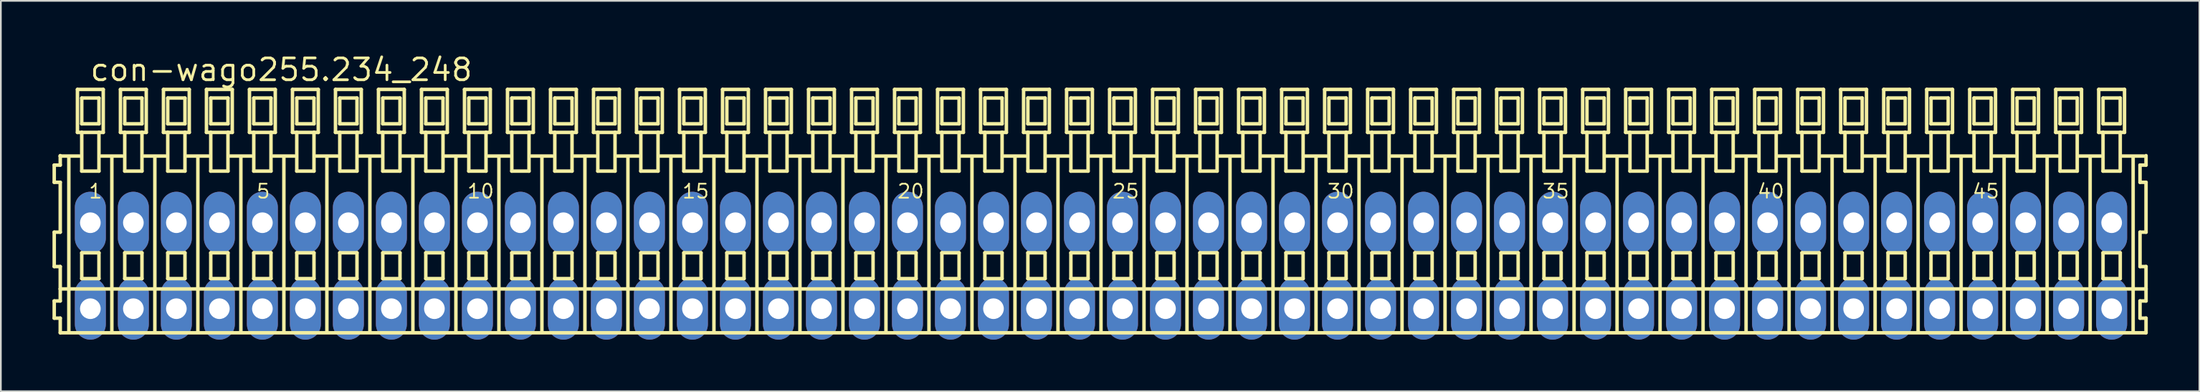
<source format=kicad_pcb>
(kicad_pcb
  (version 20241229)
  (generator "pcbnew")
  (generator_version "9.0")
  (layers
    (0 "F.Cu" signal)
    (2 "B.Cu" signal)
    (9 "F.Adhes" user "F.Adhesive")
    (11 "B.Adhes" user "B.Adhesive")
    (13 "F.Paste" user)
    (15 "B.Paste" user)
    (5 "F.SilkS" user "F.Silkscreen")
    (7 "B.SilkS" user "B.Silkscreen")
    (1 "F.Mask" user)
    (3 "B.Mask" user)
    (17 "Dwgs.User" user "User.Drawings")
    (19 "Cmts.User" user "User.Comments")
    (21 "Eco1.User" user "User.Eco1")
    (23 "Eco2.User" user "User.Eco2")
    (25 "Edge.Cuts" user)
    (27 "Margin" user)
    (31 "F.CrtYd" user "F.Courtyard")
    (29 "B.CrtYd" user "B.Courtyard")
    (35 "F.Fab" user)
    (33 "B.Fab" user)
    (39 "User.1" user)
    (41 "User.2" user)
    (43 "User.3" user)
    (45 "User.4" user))
  (footprint "con-wago255.234_248"
    (layer "F.Cu")
    (at 60.952 12.4)
    (property "Reference" "con-wago255.234_248" (at -58.85 -10.65 0) (layer "F.SilkS") (effects (font (size 1.27 1.27) (thickness 0.16)) (justify left bottom)))
    (attr through_hole)
    (fp_line (start -60.85 -5.85) (end -60.85 -4.85) (stroke (width 0.203) (type default)) (layer "F.SilkS"))
    (fp_line (start -60.85 -4.85) (end -60.5 -4.85) (stroke (width 0.203) (type default)) (layer "F.SilkS"))
    (fp_line (start -60.85 -1.95) (end -60.85 0.05) (stroke (width 0.203) (type default)) (layer "F.SilkS"))
    (fp_line (start -60.85 0.05) (end -60.5 0.05) (stroke (width 0.203) (type default)) (layer "F.SilkS"))
    (fp_line (start -60.85 2.05) (end -60.85 3.05) (stroke (width 0.203) (type default)) (layer "F.SilkS"))
    (fp_line (start -60.85 3.05) (end -60.5 3.05) (stroke (width 0.203) (type default)) (layer "F.SilkS"))
    (fp_line (start -60.5 -6.4) (end -60.5 -6.375) (stroke (width 0.203) (type default)) (layer "F.SilkS"))
    (fp_line (start -60.5 -6.375) (end -60.5 -5.85) (stroke (width 0.203) (type default)) (layer "F.SilkS"))
    (fp_line (start -60.5 -6.375) (end -59.375 -6.375) (stroke (width 0.203) (type default)) (layer "F.SilkS"))
    (fp_line (start -60.5 -5.85) (end -60.85 -5.85) (stroke (width 0.203) (type default)) (layer "F.SilkS"))
    (fp_line (start -60.5 -4.85) (end -60.5 -1.95) (stroke (width 0.203) (type default)) (layer "F.SilkS"))
    (fp_line (start -60.5 -1.95) (end -60.85 -1.95) (stroke (width 0.203) (type default)) (layer "F.SilkS"))
    (fp_line (start -60.5 0.05) (end -60.5 1.35) (stroke (width 0.203) (type default)) (layer "F.SilkS"))
    (fp_line (start -60.5 1.35) (end -60.5 2.05) (stroke (width 0.203) (type default)) (layer "F.SilkS"))
    (fp_line (start -60.5 1.35) (end 60.75 1.35) (stroke (width 0.203) (type default)) (layer "F.SilkS"))
    (fp_line (start -60.5 2.05) (end -60.85 2.05) (stroke (width 0.203) (type default)) (layer "F.SilkS"))
    (fp_line (start -60.5 3.05) (end -60.5 3.9) (stroke (width 0.203) (type default)) (layer "F.SilkS"))
    (fp_line (start -60.5 3.9) (end 60.75 3.9) (stroke (width 0.203) (type default)) (layer "F.SilkS"))
    (fp_line (start -60 -6.35) (end -60 3.8) (stroke (width 0.203) (type default)) (layer "F.SilkS"))
    (fp_line (start -59.5 -10.25) (end -59.5 -7.75) (stroke (width 0.203) (type default)) (layer "F.SilkS"))
    (fp_line (start -59.5 -7.75) (end -59.25 -7.75) (stroke (width 0.203) (type default)) (layer "F.SilkS"))
    (fp_line (start -59.25 -9.75) (end -59.25 -8.25) (stroke (width 0.203) (type default)) (layer "F.SilkS"))
    (fp_line (start -59.25 -8.25) (end -58.25 -8.25) (stroke (width 0.203) (type default)) (layer "F.SilkS"))
    (fp_line (start -59.25 -7.75) (end -59.25 -5.5) (stroke (width 0.203) (type default)) (layer "F.SilkS"))
    (fp_line (start -59.25 -7.75) (end -58.25 -7.75) (stroke (width 0.203) (type default)) (layer "F.SilkS"))
    (fp_line (start -59.25 -5.5) (end -58.25 -5.5) (stroke (width 0.203) (type default)) (layer "F.SilkS"))
    (fp_line (start -59.25 -0.75) (end -59.25 0.75) (stroke (width 0.203) (type default)) (layer "F.SilkS"))
    (fp_line (start -59.25 0.75) (end -58.25 0.75) (stroke (width 0.203) (type default)) (layer "F.SilkS"))
    (fp_line (start -58.25 -9.75) (end -59.25 -9.75) (stroke (width 0.203) (type default)) (layer "F.SilkS"))
    (fp_line (start -58.25 -8.25) (end -58.25 -9.75) (stroke (width 0.203) (type default)) (layer "F.SilkS"))
    (fp_line (start -58.25 -7.75) (end -58 -7.75) (stroke (width 0.203) (type default)) (layer "F.SilkS"))
    (fp_line (start -58.25 -5.5) (end -58.25 -7.75) (stroke (width 0.203) (type default)) (layer "F.SilkS"))
    (fp_line (start -58.25 -0.75) (end -59.25 -0.75) (stroke (width 0.203) (type default)) (layer "F.SilkS"))
    (fp_line (start -58.25 0.75) (end -58.25 -0.75) (stroke (width 0.203) (type default)) (layer "F.SilkS"))
    (fp_line (start -58.125 -6.375) (end -56.875 -6.375) (stroke (width 0.203) (type default)) (layer "F.SilkS"))
    (fp_line (start -58 -10.25) (end -59.5 -10.25) (stroke (width 0.203) (type default)) (layer "F.SilkS"))
    (fp_line (start -58 -7.75) (end -58 -10.25) (stroke (width 0.203) (type default)) (layer "F.SilkS"))
    (fp_line (start -57.5 -6.35) (end -57.5 3.8) (stroke (width 0.203) (type default)) (layer "F.SilkS"))
    (fp_line (start -57 -10.25) (end -57 -7.75) (stroke (width 0.203) (type default)) (layer "F.SilkS"))
    (fp_line (start -57 -7.75) (end -56.75 -7.75) (stroke (width 0.203) (type default)) (layer "F.SilkS"))
    (fp_line (start -56.75 -9.75) (end -56.75 -8.25) (stroke (width 0.203) (type default)) (layer "F.SilkS"))
    (fp_line (start -56.75 -8.25) (end -55.75 -8.25) (stroke (width 0.203) (type default)) (layer "F.SilkS"))
    (fp_line (start -56.75 -7.75) (end -56.75 -5.5) (stroke (width 0.203) (type default)) (layer "F.SilkS"))
    (fp_line (start -56.75 -7.75) (end -55.75 -7.75) (stroke (width 0.203) (type default)) (layer "F.SilkS"))
    (fp_line (start -56.75 -5.5) (end -55.75 -5.5) (stroke (width 0.203) (type default)) (layer "F.SilkS"))
    (fp_line (start -56.75 -0.75) (end -56.75 0.75) (stroke (width 0.203) (type default)) (layer "F.SilkS"))
    (fp_line (start -56.75 0.75) (end -55.75 0.75) (stroke (width 0.203) (type default)) (layer "F.SilkS"))
    (fp_line (start -55.75 -9.75) (end -56.75 -9.75) (stroke (width 0.203) (type default)) (layer "F.SilkS"))
    (fp_line (start -55.75 -8.25) (end -55.75 -9.75) (stroke (width 0.203) (type default)) (layer "F.SilkS"))
    (fp_line (start -55.75 -7.75) (end -55.5 -7.75) (stroke (width 0.203) (type default)) (layer "F.SilkS"))
    (fp_line (start -55.75 -5.5) (end -55.75 -7.75) (stroke (width 0.203) (type default)) (layer "F.SilkS"))
    (fp_line (start -55.75 -0.75) (end -56.75 -0.75) (stroke (width 0.203) (type default)) (layer "F.SilkS"))
    (fp_line (start -55.75 0.75) (end -55.75 -0.75) (stroke (width 0.203) (type default)) (layer "F.SilkS"))
    (fp_line (start -55.625 -6.375) (end -54.375 -6.375) (stroke (width 0.203) (type default)) (layer "F.SilkS"))
    (fp_line (start -55.5 -10.25) (end -57 -10.25) (stroke (width 0.203) (type default)) (layer "F.SilkS"))
    (fp_line (start -55.5 -7.75) (end -55.5 -10.25) (stroke (width 0.203) (type default)) (layer "F.SilkS"))
    (fp_line (start -55 -6.35) (end -55 3.8) (stroke (width 0.203) (type default)) (layer "F.SilkS"))
    (fp_line (start -54.5 -10.25) (end -54.5 -7.75) (stroke (width 0.203) (type default)) (layer "F.SilkS"))
    (fp_line (start -54.5 -7.75) (end -54.25 -7.75) (stroke (width 0.203) (type default)) (layer "F.SilkS"))
    (fp_line (start -54.25 -9.75) (end -54.25 -8.25) (stroke (width 0.203) (type default)) (layer "F.SilkS"))
    (fp_line (start -54.25 -8.25) (end -53.25 -8.25) (stroke (width 0.203) (type default)) (layer "F.SilkS"))
    (fp_line (start -54.25 -7.75) (end -54.25 -5.5) (stroke (width 0.203) (type default)) (layer "F.SilkS"))
    (fp_line (start -54.25 -7.75) (end -53.25 -7.75) (stroke (width 0.203) (type default)) (layer "F.SilkS"))
    (fp_line (start -54.25 -5.5) (end -53.25 -5.5) (stroke (width 0.203) (type default)) (layer "F.SilkS"))
    (fp_line (start -54.25 -0.75) (end -54.25 0.75) (stroke (width 0.203) (type default)) (layer "F.SilkS"))
    (fp_line (start -54.25 0.75) (end -53.25 0.75) (stroke (width 0.203) (type default)) (layer "F.SilkS"))
    (fp_line (start -53.25 -9.75) (end -54.25 -9.75) (stroke (width 0.203) (type default)) (layer "F.SilkS"))
    (fp_line (start -53.25 -8.25) (end -53.25 -9.75) (stroke (width 0.203) (type default)) (layer "F.SilkS"))
    (fp_line (start -53.25 -7.75) (end -53 -7.75) (stroke (width 0.203) (type default)) (layer "F.SilkS"))
    (fp_line (start -53.25 -5.5) (end -53.25 -7.75) (stroke (width 0.203) (type default)) (layer "F.SilkS"))
    (fp_line (start -53.25 -0.75) (end -54.25 -0.75) (stroke (width 0.203) (type default)) (layer "F.SilkS"))
    (fp_line (start -53.25 0.75) (end -53.25 -0.75) (stroke (width 0.203) (type default)) (layer "F.SilkS"))
    (fp_line (start -53.125 -6.375) (end -51.875 -6.375) (stroke (width 0.203) (type default)) (layer "F.SilkS"))
    (fp_line (start -53 -10.25) (end -54.5 -10.25) (stroke (width 0.203) (type default)) (layer "F.SilkS"))
    (fp_line (start -53 -7.75) (end -53 -10.25) (stroke (width 0.203) (type default)) (layer "F.SilkS"))
    (fp_line (start -52.5 -6.35) (end -52.5 3.8) (stroke (width 0.203) (type default)) (layer "F.SilkS"))
    (fp_line (start -52 -10.25) (end -52 -7.75) (stroke (width 0.203) (type default)) (layer "F.SilkS"))
    (fp_line (start -52 -7.75) (end -51.75 -7.75) (stroke (width 0.203) (type default)) (layer "F.SilkS"))
    (fp_line (start -51.75 -9.75) (end -51.75 -8.25) (stroke (width 0.203) (type default)) (layer "F.SilkS"))
    (fp_line (start -51.75 -8.25) (end -50.75 -8.25) (stroke (width 0.203) (type default)) (layer "F.SilkS"))
    (fp_line (start -51.75 -7.75) (end -51.75 -5.5) (stroke (width 0.203) (type default)) (layer "F.SilkS"))
    (fp_line (start -51.75 -7.75) (end -50.75 -7.75) (stroke (width 0.203) (type default)) (layer "F.SilkS"))
    (fp_line (start -51.75 -5.5) (end -50.75 -5.5) (stroke (width 0.203) (type default)) (layer "F.SilkS"))
    (fp_line (start -51.75 -0.75) (end -51.75 0.75) (stroke (width 0.203) (type default)) (layer "F.SilkS"))
    (fp_line (start -51.75 0.75) (end -50.75 0.75) (stroke (width 0.203) (type default)) (layer "F.SilkS"))
    (fp_line (start -50.75 -9.75) (end -51.75 -9.75) (stroke (width 0.203) (type default)) (layer "F.SilkS"))
    (fp_line (start -50.75 -8.25) (end -50.75 -9.75) (stroke (width 0.203) (type default)) (layer "F.SilkS"))
    (fp_line (start -50.75 -7.75) (end -50.5 -7.75) (stroke (width 0.203) (type default)) (layer "F.SilkS"))
    (fp_line (start -50.75 -5.5) (end -50.75 -7.75) (stroke (width 0.203) (type default)) (layer "F.SilkS"))
    (fp_line (start -50.75 -0.75) (end -51.75 -0.75) (stroke (width 0.203) (type default)) (layer "F.SilkS"))
    (fp_line (start -50.75 0.75) (end -50.75 -0.75) (stroke (width 0.203) (type default)) (layer "F.SilkS"))
    (fp_line (start -50.625 -6.375) (end -49.375 -6.375) (stroke (width 0.203) (type default)) (layer "F.SilkS"))
    (fp_line (start -50.5 -10.25) (end -52 -10.25) (stroke (width 0.203) (type default)) (layer "F.SilkS"))
    (fp_line (start -50.5 -7.75) (end -50.5 -10.25) (stroke (width 0.203) (type default)) (layer "F.SilkS"))
    (fp_line (start -50 -6.35) (end -50 3.8) (stroke (width 0.203) (type default)) (layer "F.SilkS"))
    (fp_line (start -49.5 -10.25) (end -49.5 -7.75) (stroke (width 0.203) (type default)) (layer "F.SilkS"))
    (fp_line (start -49.5 -7.75) (end -49.25 -7.75) (stroke (width 0.203) (type default)) (layer "F.SilkS"))
    (fp_line (start -49.25 -9.75) (end -49.25 -8.25) (stroke (width 0.203) (type default)) (layer "F.SilkS"))
    (fp_line (start -49.25 -8.25) (end -48.25 -8.25) (stroke (width 0.203) (type default)) (layer "F.SilkS"))
    (fp_line (start -49.25 -7.75) (end -49.25 -5.5) (stroke (width 0.203) (type default)) (layer "F.SilkS"))
    (fp_line (start -49.25 -7.75) (end -48.25 -7.75) (stroke (width 0.203) (type default)) (layer "F.SilkS"))
    (fp_line (start -49.25 -5.5) (end -48.25 -5.5) (stroke (width 0.203) (type default)) (layer "F.SilkS"))
    (fp_line (start -49.25 -0.75) (end -49.25 0.75) (stroke (width 0.203) (type default)) (layer "F.SilkS"))
    (fp_line (start -49.25 0.75) (end -48.25 0.75) (stroke (width 0.203) (type default)) (layer "F.SilkS"))
    (fp_line (start -48.25 -9.75) (end -49.25 -9.75) (stroke (width 0.203) (type default)) (layer "F.SilkS"))
    (fp_line (start -48.25 -8.25) (end -48.25 -9.75) (stroke (width 0.203) (type default)) (layer "F.SilkS"))
    (fp_line (start -48.25 -7.75) (end -48 -7.75) (stroke (width 0.203) (type default)) (layer "F.SilkS"))
    (fp_line (start -48.25 -5.5) (end -48.25 -7.75) (stroke (width 0.203) (type default)) (layer "F.SilkS"))
    (fp_line (start -48.25 -0.75) (end -49.25 -0.75) (stroke (width 0.203) (type default)) (layer "F.SilkS"))
    (fp_line (start -48.25 0.75) (end -48.25 -0.75) (stroke (width 0.203) (type default)) (layer "F.SilkS"))
    (fp_line (start -48.125 -6.375) (end -46.875 -6.375) (stroke (width 0.203) (type default)) (layer "F.SilkS"))
    (fp_line (start -48 -10.25) (end -49.5 -10.25) (stroke (width 0.203) (type default)) (layer "F.SilkS"))
    (fp_line (start -48 -7.75) (end -48 -10.25) (stroke (width 0.203) (type default)) (layer "F.SilkS"))
    (fp_line (start -47.5 -6.35) (end -47.5 3.8) (stroke (width 0.203) (type default)) (layer "F.SilkS"))
    (fp_line (start -47 -10.25) (end -47 -7.75) (stroke (width 0.203) (type default)) (layer "F.SilkS"))
    (fp_line (start -47 -7.75) (end -46.75 -7.75) (stroke (width 0.203) (type default)) (layer "F.SilkS"))
    (fp_line (start -46.75 -9.75) (end -46.75 -8.25) (stroke (width 0.203) (type default)) (layer "F.SilkS"))
    (fp_line (start -46.75 -8.25) (end -45.75 -8.25) (stroke (width 0.203) (type default)) (layer "F.SilkS"))
    (fp_line (start -46.75 -7.75) (end -46.75 -5.5) (stroke (width 0.203) (type default)) (layer "F.SilkS"))
    (fp_line (start -46.75 -7.75) (end -45.75 -7.75) (stroke (width 0.203) (type default)) (layer "F.SilkS"))
    (fp_line (start -46.75 -5.5) (end -45.75 -5.5) (stroke (width 0.203) (type default)) (layer "F.SilkS"))
    (fp_line (start -46.75 -0.75) (end -46.75 0.75) (stroke (width 0.203) (type default)) (layer "F.SilkS"))
    (fp_line (start -46.75 0.75) (end -45.75 0.75) (stroke (width 0.203) (type default)) (layer "F.SilkS"))
    (fp_line (start -45.75 -9.75) (end -46.75 -9.75) (stroke (width 0.203) (type default)) (layer "F.SilkS"))
    (fp_line (start -45.75 -8.25) (end -45.75 -9.75) (stroke (width 0.203) (type default)) (layer "F.SilkS"))
    (fp_line (start -45.75 -7.75) (end -45.5 -7.75) (stroke (width 0.203) (type default)) (layer "F.SilkS"))
    (fp_line (start -45.75 -5.5) (end -45.75 -7.75) (stroke (width 0.203) (type default)) (layer "F.SilkS"))
    (fp_line (start -45.75 -0.75) (end -46.75 -0.75) (stroke (width 0.203) (type default)) (layer "F.SilkS"))
    (fp_line (start -45.75 0.75) (end -45.75 -0.75) (stroke (width 0.203) (type default)) (layer "F.SilkS"))
    (fp_line (start -45.625 -6.375) (end -44.375 -6.375) (stroke (width 0.203) (type default)) (layer "F.SilkS"))
    (fp_line (start -45.5 -10.25) (end -47 -10.25) (stroke (width 0.203) (type default)) (layer "F.SilkS"))
    (fp_line (start -45.5 -7.75) (end -45.5 -10.25) (stroke (width 0.203) (type default)) (layer "F.SilkS"))
    (fp_line (start -45 -6.35) (end -45 3.8) (stroke (width 0.203) (type default)) (layer "F.SilkS"))
    (fp_line (start -44.5 -10.25) (end -44.5 -7.75) (stroke (width 0.203) (type default)) (layer "F.SilkS"))
    (fp_line (start -44.5 -7.75) (end -44.25 -7.75) (stroke (width 0.203) (type default)) (layer "F.SilkS"))
    (fp_line (start -44.25 -9.75) (end -44.25 -8.25) (stroke (width 0.203) (type default)) (layer "F.SilkS"))
    (fp_line (start -44.25 -8.25) (end -43.25 -8.25) (stroke (width 0.203) (type default)) (layer "F.SilkS"))
    (fp_line (start -44.25 -7.75) (end -44.25 -5.5) (stroke (width 0.203) (type default)) (layer "F.SilkS"))
    (fp_line (start -44.25 -7.75) (end -43.25 -7.75) (stroke (width 0.203) (type default)) (layer "F.SilkS"))
    (fp_line (start -44.25 -5.5) (end -43.25 -5.5) (stroke (width 0.203) (type default)) (layer "F.SilkS"))
    (fp_line (start -44.25 -0.75) (end -44.25 0.75) (stroke (width 0.203) (type default)) (layer "F.SilkS"))
    (fp_line (start -44.25 0.75) (end -43.25 0.75) (stroke (width 0.203) (type default)) (layer "F.SilkS"))
    (fp_line (start -43.25 -9.75) (end -44.25 -9.75) (stroke (width 0.203) (type default)) (layer "F.SilkS"))
    (fp_line (start -43.25 -8.25) (end -43.25 -9.75) (stroke (width 0.203) (type default)) (layer "F.SilkS"))
    (fp_line (start -43.25 -7.75) (end -43 -7.75) (stroke (width 0.203) (type default)) (layer "F.SilkS"))
    (fp_line (start -43.25 -5.5) (end -43.25 -7.75) (stroke (width 0.203) (type default)) (layer "F.SilkS"))
    (fp_line (start -43.25 -0.75) (end -44.25 -0.75) (stroke (width 0.203) (type default)) (layer "F.SilkS"))
    (fp_line (start -43.25 0.75) (end -43.25 -0.75) (stroke (width 0.203) (type default)) (layer "F.SilkS"))
    (fp_line (start -43.125 -6.375) (end -41.875 -6.375) (stroke (width 0.203) (type default)) (layer "F.SilkS"))
    (fp_line (start -43 -10.25) (end -44.5 -10.25) (stroke (width 0.203) (type default)) (layer "F.SilkS"))
    (fp_line (start -43 -7.75) (end -43 -10.25) (stroke (width 0.203) (type default)) (layer "F.SilkS"))
    (fp_line (start -42.5 -6.35) (end -42.5 3.8) (stroke (width 0.203) (type default)) (layer "F.SilkS"))
    (fp_line (start -42 -10.25) (end -42 -7.75) (stroke (width 0.203) (type default)) (layer "F.SilkS"))
    (fp_line (start -42 -7.75) (end -41.75 -7.75) (stroke (width 0.203) (type default)) (layer "F.SilkS"))
    (fp_line (start -41.75 -9.75) (end -41.75 -8.25) (stroke (width 0.203) (type default)) (layer "F.SilkS"))
    (fp_line (start -41.75 -8.25) (end -40.75 -8.25) (stroke (width 0.203) (type default)) (layer "F.SilkS"))
    (fp_line (start -41.75 -7.75) (end -41.75 -5.5) (stroke (width 0.203) (type default)) (layer "F.SilkS"))
    (fp_line (start -41.75 -7.75) (end -40.75 -7.75) (stroke (width 0.203) (type default)) (layer "F.SilkS"))
    (fp_line (start -41.75 -5.5) (end -40.75 -5.5) (stroke (width 0.203) (type default)) (layer "F.SilkS"))
    (fp_line (start -41.75 -0.75) (end -41.75 0.75) (stroke (width 0.203) (type default)) (layer "F.SilkS"))
    (fp_line (start -41.75 0.75) (end -40.75 0.75) (stroke (width 0.203) (type default)) (layer "F.SilkS"))
    (fp_line (start -40.75 -9.75) (end -41.75 -9.75) (stroke (width 0.203) (type default)) (layer "F.SilkS"))
    (fp_line (start -40.75 -8.25) (end -40.75 -9.75) (stroke (width 0.203) (type default)) (layer "F.SilkS"))
    (fp_line (start -40.75 -7.75) (end -40.5 -7.75) (stroke (width 0.203) (type default)) (layer "F.SilkS"))
    (fp_line (start -40.75 -5.5) (end -40.75 -7.75) (stroke (width 0.203) (type default)) (layer "F.SilkS"))
    (fp_line (start -40.75 -0.75) (end -41.75 -0.75) (stroke (width 0.203) (type default)) (layer "F.SilkS"))
    (fp_line (start -40.75 0.75) (end -40.75 -0.75) (stroke (width 0.203) (type default)) (layer "F.SilkS"))
    (fp_line (start -40.625 -6.375) (end -39.375 -6.375) (stroke (width 0.203) (type default)) (layer "F.SilkS"))
    (fp_line (start -40.5 -10.25) (end -42 -10.25) (stroke (width 0.203) (type default)) (layer "F.SilkS"))
    (fp_line (start -40.5 -7.75) (end -40.5 -10.25) (stroke (width 0.203) (type default)) (layer "F.SilkS"))
    (fp_line (start -40 -6.35) (end -40 3.8) (stroke (width 0.203) (type default)) (layer "F.SilkS"))
    (fp_line (start -39.5 -10.25) (end -39.5 -7.75) (stroke (width 0.203) (type default)) (layer "F.SilkS"))
    (fp_line (start -39.5 -7.75) (end -39.25 -7.75) (stroke (width 0.203) (type default)) (layer "F.SilkS"))
    (fp_line (start -39.25 -9.75) (end -39.25 -8.25) (stroke (width 0.203) (type default)) (layer "F.SilkS"))
    (fp_line (start -39.25 -8.25) (end -38.25 -8.25) (stroke (width 0.203) (type default)) (layer "F.SilkS"))
    (fp_line (start -39.25 -7.75) (end -39.25 -5.5) (stroke (width 0.203) (type default)) (layer "F.SilkS"))
    (fp_line (start -39.25 -7.75) (end -38.25 -7.75) (stroke (width 0.203) (type default)) (layer "F.SilkS"))
    (fp_line (start -39.25 -5.5) (end -38.25 -5.5) (stroke (width 0.203) (type default)) (layer "F.SilkS"))
    (fp_line (start -39.25 -0.75) (end -39.25 0.75) (stroke (width 0.203) (type default)) (layer "F.SilkS"))
    (fp_line (start -39.25 0.75) (end -38.25 0.75) (stroke (width 0.203) (type default)) (layer "F.SilkS"))
    (fp_line (start -38.25 -9.75) (end -39.25 -9.75) (stroke (width 0.203) (type default)) (layer "F.SilkS"))
    (fp_line (start -38.25 -8.25) (end -38.25 -9.75) (stroke (width 0.203) (type default)) (layer "F.SilkS"))
    (fp_line (start -38.25 -7.75) (end -38 -7.75) (stroke (width 0.203) (type default)) (layer "F.SilkS"))
    (fp_line (start -38.25 -5.5) (end -38.25 -7.75) (stroke (width 0.203) (type default)) (layer "F.SilkS"))
    (fp_line (start -38.25 -0.75) (end -39.25 -0.75) (stroke (width 0.203) (type default)) (layer "F.SilkS"))
    (fp_line (start -38.25 0.75) (end -38.25 -0.75) (stroke (width 0.203) (type default)) (layer "F.SilkS"))
    (fp_line (start -38.125 -6.375) (end -36.875 -6.375) (stroke (width 0.203) (type default)) (layer "F.SilkS"))
    (fp_line (start -38 -10.25) (end -39.5 -10.25) (stroke (width 0.203) (type default)) (layer "F.SilkS"))
    (fp_line (start -38 -7.75) (end -38 -10.25) (stroke (width 0.203) (type default)) (layer "F.SilkS"))
    (fp_line (start -37.5 -6.35) (end -37.5 3.8) (stroke (width 0.203) (type default)) (layer "F.SilkS"))
    (fp_line (start -37 -10.25) (end -37 -7.75) (stroke (width 0.203) (type default)) (layer "F.SilkS"))
    (fp_line (start -37 -7.75) (end -36.75 -7.75) (stroke (width 0.203) (type default)) (layer "F.SilkS"))
    (fp_line (start -36.75 -9.75) (end -36.75 -8.25) (stroke (width 0.203) (type default)) (layer "F.SilkS"))
    (fp_line (start -36.75 -8.25) (end -35.75 -8.25) (stroke (width 0.203) (type default)) (layer "F.SilkS"))
    (fp_line (start -36.75 -7.75) (end -36.75 -5.5) (stroke (width 0.203) (type default)) (layer "F.SilkS"))
    (fp_line (start -36.75 -7.75) (end -35.75 -7.75) (stroke (width 0.203) (type default)) (layer "F.SilkS"))
    (fp_line (start -36.75 -5.5) (end -35.75 -5.5) (stroke (width 0.203) (type default)) (layer "F.SilkS"))
    (fp_line (start -36.75 -0.75) (end -36.75 0.75) (stroke (width 0.203) (type default)) (layer "F.SilkS"))
    (fp_line (start -36.75 0.75) (end -35.75 0.75) (stroke (width 0.203) (type default)) (layer "F.SilkS"))
    (fp_line (start -35.75 -9.75) (end -36.75 -9.75) (stroke (width 0.203) (type default)) (layer "F.SilkS"))
    (fp_line (start -35.75 -8.25) (end -35.75 -9.75) (stroke (width 0.203) (type default)) (layer "F.SilkS"))
    (fp_line (start -35.75 -7.75) (end -35.5 -7.75) (stroke (width 0.203) (type default)) (layer "F.SilkS"))
    (fp_line (start -35.75 -5.5) (end -35.75 -7.75) (stroke (width 0.203) (type default)) (layer "F.SilkS"))
    (fp_line (start -35.75 -0.75) (end -36.75 -0.75) (stroke (width 0.203) (type default)) (layer "F.SilkS"))
    (fp_line (start -35.75 0.75) (end -35.75 -0.75) (stroke (width 0.203) (type default)) (layer "F.SilkS"))
    (fp_line (start -35.625 -6.375) (end -34.375 -6.375) (stroke (width 0.203) (type default)) (layer "F.SilkS"))
    (fp_line (start -35.5 -10.25) (end -37 -10.25) (stroke (width 0.203) (type default)) (layer "F.SilkS"))
    (fp_line (start -35.5 -7.75) (end -35.5 -10.25) (stroke (width 0.203) (type default)) (layer "F.SilkS"))
    (fp_line (start -35 -6.35) (end -35 3.8) (stroke (width 0.203) (type default)) (layer "F.SilkS"))
    (fp_line (start -34.5 -10.25) (end -34.5 -7.75) (stroke (width 0.203) (type default)) (layer "F.SilkS"))
    (fp_line (start -34.5 -7.75) (end -34.25 -7.75) (stroke (width 0.203) (type default)) (layer "F.SilkS"))
    (fp_line (start -34.25 -9.75) (end -34.25 -8.25) (stroke (width 0.203) (type default)) (layer "F.SilkS"))
    (fp_line (start -34.25 -8.25) (end -33.25 -8.25) (stroke (width 0.203) (type default)) (layer "F.SilkS"))
    (fp_line (start -34.25 -7.75) (end -34.25 -5.5) (stroke (width 0.203) (type default)) (layer "F.SilkS"))
    (fp_line (start -34.25 -7.75) (end -33.25 -7.75) (stroke (width 0.203) (type default)) (layer "F.SilkS"))
    (fp_line (start -34.25 -5.5) (end -33.25 -5.5) (stroke (width 0.203) (type default)) (layer "F.SilkS"))
    (fp_line (start -34.25 -0.75) (end -34.25 0.75) (stroke (width 0.203) (type default)) (layer "F.SilkS"))
    (fp_line (start -34.25 0.75) (end -33.25 0.75) (stroke (width 0.203) (type default)) (layer "F.SilkS"))
    (fp_line (start -33.25 -9.75) (end -34.25 -9.75) (stroke (width 0.203) (type default)) (layer "F.SilkS"))
    (fp_line (start -33.25 -8.25) (end -33.25 -9.75) (stroke (width 0.203) (type default)) (layer "F.SilkS"))
    (fp_line (start -33.25 -7.75) (end -33 -7.75) (stroke (width 0.203) (type default)) (layer "F.SilkS"))
    (fp_line (start -33.25 -5.5) (end -33.25 -7.75) (stroke (width 0.203) (type default)) (layer "F.SilkS"))
    (fp_line (start -33.25 -0.75) (end -34.25 -0.75) (stroke (width 0.203) (type default)) (layer "F.SilkS"))
    (fp_line (start -33.25 0.75) (end -33.25 -0.75) (stroke (width 0.203) (type default)) (layer "F.SilkS"))
    (fp_line (start -33.125 -6.375) (end -31.875 -6.375) (stroke (width 0.203) (type default)) (layer "F.SilkS"))
    (fp_line (start -33 -10.25) (end -34.5 -10.25) (stroke (width 0.203) (type default)) (layer "F.SilkS"))
    (fp_line (start -33 -7.75) (end -33 -10.25) (stroke (width 0.203) (type default)) (layer "F.SilkS"))
    (fp_line (start -32.5 -6.35) (end -32.5 3.8) (stroke (width 0.203) (type default)) (layer "F.SilkS"))
    (fp_line (start -32 -10.25) (end -32 -7.75) (stroke (width 0.203) (type default)) (layer "F.SilkS"))
    (fp_line (start -32 -7.75) (end -31.75 -7.75) (stroke (width 0.203) (type default)) (layer "F.SilkS"))
    (fp_line (start -31.75 -9.75) (end -31.75 -8.25) (stroke (width 0.203) (type default)) (layer "F.SilkS"))
    (fp_line (start -31.75 -8.25) (end -30.75 -8.25) (stroke (width 0.203) (type default)) (layer "F.SilkS"))
    (fp_line (start -31.75 -7.75) (end -31.75 -5.5) (stroke (width 0.203) (type default)) (layer "F.SilkS"))
    (fp_line (start -31.75 -7.75) (end -30.75 -7.75) (stroke (width 0.203) (type default)) (layer "F.SilkS"))
    (fp_line (start -31.75 -5.5) (end -30.75 -5.5) (stroke (width 0.203) (type default)) (layer "F.SilkS"))
    (fp_line (start -31.75 -0.75) (end -31.75 0.75) (stroke (width 0.203) (type default)) (layer "F.SilkS"))
    (fp_line (start -31.75 0.75) (end -30.75 0.75) (stroke (width 0.203) (type default)) (layer "F.SilkS"))
    (fp_line (start -30.75 -9.75) (end -31.75 -9.75) (stroke (width 0.203) (type default)) (layer "F.SilkS"))
    (fp_line (start -30.75 -8.25) (end -30.75 -9.75) (stroke (width 0.203) (type default)) (layer "F.SilkS"))
    (fp_line (start -30.75 -7.75) (end -30.5 -7.75) (stroke (width 0.203) (type default)) (layer "F.SilkS"))
    (fp_line (start -30.75 -5.5) (end -30.75 -7.75) (stroke (width 0.203) (type default)) (layer "F.SilkS"))
    (fp_line (start -30.75 -0.75) (end -31.75 -0.75) (stroke (width 0.203) (type default)) (layer "F.SilkS"))
    (fp_line (start -30.75 0.75) (end -30.75 -0.75) (stroke (width 0.203) (type default)) (layer "F.SilkS"))
    (fp_line (start -30.625 -6.375) (end -29.375 -6.375) (stroke (width 0.203) (type default)) (layer "F.SilkS"))
    (fp_line (start -30.5 -10.25) (end -32 -10.25) (stroke (width 0.203) (type default)) (layer "F.SilkS"))
    (fp_line (start -30.5 -7.75) (end -30.5 -10.25) (stroke (width 0.203) (type default)) (layer "F.SilkS"))
    (fp_line (start -30 -6.35) (end -30 3.8) (stroke (width 0.203) (type default)) (layer "F.SilkS"))
    (fp_line (start -29.5 -10.25) (end -29.5 -7.75) (stroke (width 0.203) (type default)) (layer "F.SilkS"))
    (fp_line (start -29.5 -7.75) (end -29.25 -7.75) (stroke (width 0.203) (type default)) (layer "F.SilkS"))
    (fp_line (start -29.25 -9.75) (end -29.25 -8.25) (stroke (width 0.203) (type default)) (layer "F.SilkS"))
    (fp_line (start -29.25 -8.25) (end -28.25 -8.25) (stroke (width 0.203) (type default)) (layer "F.SilkS"))
    (fp_line (start -29.25 -7.75) (end -29.25 -5.5) (stroke (width 0.203) (type default)) (layer "F.SilkS"))
    (fp_line (start -29.25 -7.75) (end -28.25 -7.75) (stroke (width 0.203) (type default)) (layer "F.SilkS"))
    (fp_line (start -29.25 -5.5) (end -28.25 -5.5) (stroke (width 0.203) (type default)) (layer "F.SilkS"))
    (fp_line (start -29.25 -0.75) (end -29.25 0.75) (stroke (width 0.203) (type default)) (layer "F.SilkS"))
    (fp_line (start -29.25 0.75) (end -28.25 0.75) (stroke (width 0.203) (type default)) (layer "F.SilkS"))
    (fp_line (start -28.25 -9.75) (end -29.25 -9.75) (stroke (width 0.203) (type default)) (layer "F.SilkS"))
    (fp_line (start -28.25 -8.25) (end -28.25 -9.75) (stroke (width 0.203) (type default)) (layer "F.SilkS"))
    (fp_line (start -28.25 -7.75) (end -28 -7.75) (stroke (width 0.203) (type default)) (layer "F.SilkS"))
    (fp_line (start -28.25 -5.5) (end -28.25 -7.75) (stroke (width 0.203) (type default)) (layer "F.SilkS"))
    (fp_line (start -28.25 -0.75) (end -29.25 -0.75) (stroke (width 0.203) (type default)) (layer "F.SilkS"))
    (fp_line (start -28.25 0.75) (end -28.25 -0.75) (stroke (width 0.203) (type default)) (layer "F.SilkS"))
    (fp_line (start -28.125 -6.375) (end -26.875 -6.375) (stroke (width 0.203) (type default)) (layer "F.SilkS"))
    (fp_line (start -28 -10.25) (end -29.5 -10.25) (stroke (width 0.203) (type default)) (layer "F.SilkS"))
    (fp_line (start -28 -7.75) (end -28 -10.25) (stroke (width 0.203) (type default)) (layer "F.SilkS"))
    (fp_line (start -27.5 -6.35) (end -27.5 3.8) (stroke (width 0.203) (type default)) (layer "F.SilkS"))
    (fp_line (start -27 -10.25) (end -27 -7.75) (stroke (width 0.203) (type default)) (layer "F.SilkS"))
    (fp_line (start -27 -7.75) (end -26.75 -7.75) (stroke (width 0.203) (type default)) (layer "F.SilkS"))
    (fp_line (start -26.75 -9.75) (end -26.75 -8.25) (stroke (width 0.203) (type default)) (layer "F.SilkS"))
    (fp_line (start -26.75 -8.25) (end -25.75 -8.25) (stroke (width 0.203) (type default)) (layer "F.SilkS"))
    (fp_line (start -26.75 -7.75) (end -26.75 -5.5) (stroke (width 0.203) (type default)) (layer "F.SilkS"))
    (fp_line (start -26.75 -7.75) (end -25.75 -7.75) (stroke (width 0.203) (type default)) (layer "F.SilkS"))
    (fp_line (start -26.75 -5.5) (end -25.75 -5.5) (stroke (width 0.203) (type default)) (layer "F.SilkS"))
    (fp_line (start -26.75 -0.75) (end -26.75 0.75) (stroke (width 0.203) (type default)) (layer "F.SilkS"))
    (fp_line (start -26.75 0.75) (end -25.75 0.75) (stroke (width 0.203) (type default)) (layer "F.SilkS"))
    (fp_line (start -25.75 -9.75) (end -26.75 -9.75) (stroke (width 0.203) (type default)) (layer "F.SilkS"))
    (fp_line (start -25.75 -8.25) (end -25.75 -9.75) (stroke (width 0.203) (type default)) (layer "F.SilkS"))
    (fp_line (start -25.75 -7.75) (end -25.5 -7.75) (stroke (width 0.203) (type default)) (layer "F.SilkS"))
    (fp_line (start -25.75 -5.5) (end -25.75 -7.75) (stroke (width 0.203) (type default)) (layer "F.SilkS"))
    (fp_line (start -25.75 -0.75) (end -26.75 -0.75) (stroke (width 0.203) (type default)) (layer "F.SilkS"))
    (fp_line (start -25.75 0.75) (end -25.75 -0.75) (stroke (width 0.203) (type default)) (layer "F.SilkS"))
    (fp_line (start -25.625 -6.375) (end -24.375 -6.375) (stroke (width 0.203) (type default)) (layer "F.SilkS"))
    (fp_line (start -25.5 -10.25) (end -27 -10.25) (stroke (width 0.203) (type default)) (layer "F.SilkS"))
    (fp_line (start -25.5 -7.75) (end -25.5 -10.25) (stroke (width 0.203) (type default)) (layer "F.SilkS"))
    (fp_line (start -25 -6.35) (end -25 3.8) (stroke (width 0.203) (type default)) (layer "F.SilkS"))
    (fp_line (start -24.5 -10.25) (end -24.5 -7.75) (stroke (width 0.203) (type default)) (layer "F.SilkS"))
    (fp_line (start -24.5 -7.75) (end -24.25 -7.75) (stroke (width 0.203) (type default)) (layer "F.SilkS"))
    (fp_line (start -24.25 -9.75) (end -24.25 -8.25) (stroke (width 0.203) (type default)) (layer "F.SilkS"))
    (fp_line (start -24.25 -8.25) (end -23.25 -8.25) (stroke (width 0.203) (type default)) (layer "F.SilkS"))
    (fp_line (start -24.25 -7.75) (end -24.25 -5.5) (stroke (width 0.203) (type default)) (layer "F.SilkS"))
    (fp_line (start -24.25 -7.75) (end -23.25 -7.75) (stroke (width 0.203) (type default)) (layer "F.SilkS"))
    (fp_line (start -24.25 -5.5) (end -23.25 -5.5) (stroke (width 0.203) (type default)) (layer "F.SilkS"))
    (fp_line (start -24.25 -0.75) (end -24.25 0.75) (stroke (width 0.203) (type default)) (layer "F.SilkS"))
    (fp_line (start -24.25 0.75) (end -23.25 0.75) (stroke (width 0.203) (type default)) (layer "F.SilkS"))
    (fp_line (start -23.25 -9.75) (end -24.25 -9.75) (stroke (width 0.203) (type default)) (layer "F.SilkS"))
    (fp_line (start -23.25 -8.25) (end -23.25 -9.75) (stroke (width 0.203) (type default)) (layer "F.SilkS"))
    (fp_line (start -23.25 -7.75) (end -23 -7.75) (stroke (width 0.203) (type default)) (layer "F.SilkS"))
    (fp_line (start -23.25 -5.5) (end -23.25 -7.75) (stroke (width 0.203) (type default)) (layer "F.SilkS"))
    (fp_line (start -23.25 -0.75) (end -24.25 -0.75) (stroke (width 0.203) (type default)) (layer "F.SilkS"))
    (fp_line (start -23.25 0.75) (end -23.25 -0.75) (stroke (width 0.203) (type default)) (layer "F.SilkS"))
    (fp_line (start -23.125 -6.375) (end -21.875 -6.375) (stroke (width 0.203) (type default)) (layer "F.SilkS"))
    (fp_line (start -23 -10.25) (end -24.5 -10.25) (stroke (width 0.203) (type default)) (layer "F.SilkS"))
    (fp_line (start -23 -7.75) (end -23 -10.25) (stroke (width 0.203) (type default)) (layer "F.SilkS"))
    (fp_line (start -22.5 -6.35) (end -22.5 3.8) (stroke (width 0.203) (type default)) (layer "F.SilkS"))
    (fp_line (start -22 -10.25) (end -22 -7.75) (stroke (width 0.203) (type default)) (layer "F.SilkS"))
    (fp_line (start -22 -7.75) (end -21.75 -7.75) (stroke (width 0.203) (type default)) (layer "F.SilkS"))
    (fp_line (start -21.75 -9.75) (end -21.75 -8.25) (stroke (width 0.203) (type default)) (layer "F.SilkS"))
    (fp_line (start -21.75 -8.25) (end -20.75 -8.25) (stroke (width 0.203) (type default)) (layer "F.SilkS"))
    (fp_line (start -21.75 -7.75) (end -21.75 -5.5) (stroke (width 0.203) (type default)) (layer "F.SilkS"))
    (fp_line (start -21.75 -7.75) (end -20.75 -7.75) (stroke (width 0.203) (type default)) (layer "F.SilkS"))
    (fp_line (start -21.75 -5.5) (end -20.75 -5.5) (stroke (width 0.203) (type default)) (layer "F.SilkS"))
    (fp_line (start -21.75 -0.75) (end -21.75 0.75) (stroke (width 0.203) (type default)) (layer "F.SilkS"))
    (fp_line (start -21.75 0.75) (end -20.75 0.75) (stroke (width 0.203) (type default)) (layer "F.SilkS"))
    (fp_line (start -20.75 -9.75) (end -21.75 -9.75) (stroke (width 0.203) (type default)) (layer "F.SilkS"))
    (fp_line (start -20.75 -8.25) (end -20.75 -9.75) (stroke (width 0.203) (type default)) (layer "F.SilkS"))
    (fp_line (start -20.75 -7.75) (end -20.5 -7.75) (stroke (width 0.203) (type default)) (layer "F.SilkS"))
    (fp_line (start -20.75 -5.5) (end -20.75 -7.75) (stroke (width 0.203) (type default)) (layer "F.SilkS"))
    (fp_line (start -20.75 -0.75) (end -21.75 -0.75) (stroke (width 0.203) (type default)) (layer "F.SilkS"))
    (fp_line (start -20.75 0.75) (end -20.75 -0.75) (stroke (width 0.203) (type default)) (layer "F.SilkS"))
    (fp_line (start -20.625 -6.375) (end -19.375 -6.375) (stroke (width 0.203) (type default)) (layer "F.SilkS"))
    (fp_line (start -20.5 -10.25) (end -22 -10.25) (stroke (width 0.203) (type default)) (layer "F.SilkS"))
    (fp_line (start -20.5 -7.75) (end -20.5 -10.25) (stroke (width 0.203) (type default)) (layer "F.SilkS"))
    (fp_line (start -20 -6.35) (end -20 3.8) (stroke (width 0.203) (type default)) (layer "F.SilkS"))
    (fp_line (start -19.5 -10.25) (end -19.5 -7.75) (stroke (width 0.203) (type default)) (layer "F.SilkS"))
    (fp_line (start -19.5 -7.75) (end -19.25 -7.75) (stroke (width 0.203) (type default)) (layer "F.SilkS"))
    (fp_line (start -19.25 -9.75) (end -19.25 -8.25) (stroke (width 0.203) (type default)) (layer "F.SilkS"))
    (fp_line (start -19.25 -8.25) (end -18.25 -8.25) (stroke (width 0.203) (type default)) (layer "F.SilkS"))
    (fp_line (start -19.25 -7.75) (end -19.25 -5.5) (stroke (width 0.203) (type default)) (layer "F.SilkS"))
    (fp_line (start -19.25 -7.75) (end -18.25 -7.75) (stroke (width 0.203) (type default)) (layer "F.SilkS"))
    (fp_line (start -19.25 -5.5) (end -18.25 -5.5) (stroke (width 0.203) (type default)) (layer "F.SilkS"))
    (fp_line (start -19.25 -0.75) (end -19.25 0.75) (stroke (width 0.203) (type default)) (layer "F.SilkS"))
    (fp_line (start -19.25 0.75) (end -18.25 0.75) (stroke (width 0.203) (type default)) (layer "F.SilkS"))
    (fp_line (start -18.25 -9.75) (end -19.25 -9.75) (stroke (width 0.203) (type default)) (layer "F.SilkS"))
    (fp_line (start -18.25 -8.25) (end -18.25 -9.75) (stroke (width 0.203) (type default)) (layer "F.SilkS"))
    (fp_line (start -18.25 -7.75) (end -18 -7.75) (stroke (width 0.203) (type default)) (layer "F.SilkS"))
    (fp_line (start -18.25 -5.5) (end -18.25 -7.75) (stroke (width 0.203) (type default)) (layer "F.SilkS"))
    (fp_line (start -18.25 -0.75) (end -19.25 -0.75) (stroke (width 0.203) (type default)) (layer "F.SilkS"))
    (fp_line (start -18.25 0.75) (end -18.25 -0.75) (stroke (width 0.203) (type default)) (layer "F.SilkS"))
    (fp_line (start -18.125 -6.375) (end -16.875 -6.375) (stroke (width 0.203) (type default)) (layer "F.SilkS"))
    (fp_line (start -18 -10.25) (end -19.5 -10.25) (stroke (width 0.203) (type default)) (layer "F.SilkS"))
    (fp_line (start -18 -7.75) (end -18 -10.25) (stroke (width 0.203) (type default)) (layer "F.SilkS"))
    (fp_line (start -17.5 -6.35) (end -17.5 3.8) (stroke (width 0.203) (type default)) (layer "F.SilkS"))
    (fp_line (start -17 -10.25) (end -17 -7.75) (stroke (width 0.203) (type default)) (layer "F.SilkS"))
    (fp_line (start -17 -7.75) (end -16.75 -7.75) (stroke (width 0.203) (type default)) (layer "F.SilkS"))
    (fp_line (start -16.75 -9.75) (end -16.75 -8.25) (stroke (width 0.203) (type default)) (layer "F.SilkS"))
    (fp_line (start -16.75 -8.25) (end -15.75 -8.25) (stroke (width 0.203) (type default)) (layer "F.SilkS"))
    (fp_line (start -16.75 -7.75) (end -16.75 -5.5) (stroke (width 0.203) (type default)) (layer "F.SilkS"))
    (fp_line (start -16.75 -7.75) (end -15.75 -7.75) (stroke (width 0.203) (type default)) (layer "F.SilkS"))
    (fp_line (start -16.75 -5.5) (end -15.75 -5.5) (stroke (width 0.203) (type default)) (layer "F.SilkS"))
    (fp_line (start -16.75 -0.75) (end -16.75 0.75) (stroke (width 0.203) (type default)) (layer "F.SilkS"))
    (fp_line (start -16.75 0.75) (end -15.75 0.75) (stroke (width 0.203) (type default)) (layer "F.SilkS"))
    (fp_line (start -15.75 -9.75) (end -16.75 -9.75) (stroke (width 0.203) (type default)) (layer "F.SilkS"))
    (fp_line (start -15.75 -8.25) (end -15.75 -9.75) (stroke (width 0.203) (type default)) (layer "F.SilkS"))
    (fp_line (start -15.75 -7.75) (end -15.5 -7.75) (stroke (width 0.203) (type default)) (layer "F.SilkS"))
    (fp_line (start -15.75 -5.5) (end -15.75 -7.75) (stroke (width 0.203) (type default)) (layer "F.SilkS"))
    (fp_line (start -15.75 -0.75) (end -16.75 -0.75) (stroke (width 0.203) (type default)) (layer "F.SilkS"))
    (fp_line (start -15.75 0.75) (end -15.75 -0.75) (stroke (width 0.203) (type default)) (layer "F.SilkS"))
    (fp_line (start -15.625 -6.375) (end -14.375 -6.375) (stroke (width 0.203) (type default)) (layer "F.SilkS"))
    (fp_line (start -15.5 -10.25) (end -17 -10.25) (stroke (width 0.203) (type default)) (layer "F.SilkS"))
    (fp_line (start -15.5 -7.75) (end -15.5 -10.25) (stroke (width 0.203) (type default)) (layer "F.SilkS"))
    (fp_line (start -15 -6.35) (end -15 3.8) (stroke (width 0.203) (type default)) (layer "F.SilkS"))
    (fp_line (start -14.5 -10.25) (end -14.5 -7.75) (stroke (width 0.203) (type default)) (layer "F.SilkS"))
    (fp_line (start -14.5 -7.75) (end -14.25 -7.75) (stroke (width 0.203) (type default)) (layer "F.SilkS"))
    (fp_line (start -14.25 -9.75) (end -14.25 -8.25) (stroke (width 0.203) (type default)) (layer "F.SilkS"))
    (fp_line (start -14.25 -8.25) (end -13.25 -8.25) (stroke (width 0.203) (type default)) (layer "F.SilkS"))
    (fp_line (start -14.25 -7.75) (end -14.25 -5.5) (stroke (width 0.203) (type default)) (layer "F.SilkS"))
    (fp_line (start -14.25 -7.75) (end -13.25 -7.75) (stroke (width 0.203) (type default)) (layer "F.SilkS"))
    (fp_line (start -14.25 -5.5) (end -13.25 -5.5) (stroke (width 0.203) (type default)) (layer "F.SilkS"))
    (fp_line (start -14.25 -0.75) (end -14.25 0.75) (stroke (width 0.203) (type default)) (layer "F.SilkS"))
    (fp_line (start -14.25 0.75) (end -13.25 0.75) (stroke (width 0.203) (type default)) (layer "F.SilkS"))
    (fp_line (start -13.25 -9.75) (end -14.25 -9.75) (stroke (width 0.203) (type default)) (layer "F.SilkS"))
    (fp_line (start -13.25 -8.25) (end -13.25 -9.75) (stroke (width 0.203) (type default)) (layer "F.SilkS"))
    (fp_line (start -13.25 -7.75) (end -13 -7.75) (stroke (width 0.203) (type default)) (layer "F.SilkS"))
    (fp_line (start -13.25 -5.5) (end -13.25 -7.75) (stroke (width 0.203) (type default)) (layer "F.SilkS"))
    (fp_line (start -13.25 -0.75) (end -14.25 -0.75) (stroke (width 0.203) (type default)) (layer "F.SilkS"))
    (fp_line (start -13.25 0.75) (end -13.25 -0.75) (stroke (width 0.203) (type default)) (layer "F.SilkS"))
    (fp_line (start -13.125 -6.375) (end -11.875 -6.375) (stroke (width 0.203) (type default)) (layer "F.SilkS"))
    (fp_line (start -13 -10.25) (end -14.5 -10.25) (stroke (width 0.203) (type default)) (layer "F.SilkS"))
    (fp_line (start -13 -7.75) (end -13 -10.25) (stroke (width 0.203) (type default)) (layer "F.SilkS"))
    (fp_line (start -12.5 -6.35) (end -12.5 3.8) (stroke (width 0.203) (type default)) (layer "F.SilkS"))
    (fp_line (start -12 -10.25) (end -12 -7.75) (stroke (width 0.203) (type default)) (layer "F.SilkS"))
    (fp_line (start -12 -7.75) (end -11.75 -7.75) (stroke (width 0.203) (type default)) (layer "F.SilkS"))
    (fp_line (start -11.75 -9.75) (end -11.75 -8.25) (stroke (width 0.203) (type default)) (layer "F.SilkS"))
    (fp_line (start -11.75 -8.25) (end -10.75 -8.25) (stroke (width 0.203) (type default)) (layer "F.SilkS"))
    (fp_line (start -11.75 -7.75) (end -11.75 -5.5) (stroke (width 0.203) (type default)) (layer "F.SilkS"))
    (fp_line (start -11.75 -7.75) (end -10.75 -7.75) (stroke (width 0.203) (type default)) (layer "F.SilkS"))
    (fp_line (start -11.75 -5.5) (end -10.75 -5.5) (stroke (width 0.203) (type default)) (layer "F.SilkS"))
    (fp_line (start -11.75 -0.75) (end -11.75 0.75) (stroke (width 0.203) (type default)) (layer "F.SilkS"))
    (fp_line (start -11.75 0.75) (end -10.75 0.75) (stroke (width 0.203) (type default)) (layer "F.SilkS"))
    (fp_line (start -10.75 -9.75) (end -11.75 -9.75) (stroke (width 0.203) (type default)) (layer "F.SilkS"))
    (fp_line (start -10.75 -8.25) (end -10.75 -9.75) (stroke (width 0.203) (type default)) (layer "F.SilkS"))
    (fp_line (start -10.75 -7.75) (end -10.5 -7.75) (stroke (width 0.203) (type default)) (layer "F.SilkS"))
    (fp_line (start -10.75 -5.5) (end -10.75 -7.75) (stroke (width 0.203) (type default)) (layer "F.SilkS"))
    (fp_line (start -10.75 -0.75) (end -11.75 -0.75) (stroke (width 0.203) (type default)) (layer "F.SilkS"))
    (fp_line (start -10.75 0.75) (end -10.75 -0.75) (stroke (width 0.203) (type default)) (layer "F.SilkS"))
    (fp_line (start -10.625 -6.375) (end -9.375 -6.375) (stroke (width 0.203) (type default)) (layer "F.SilkS"))
    (fp_line (start -10.5 -10.25) (end -12 -10.25) (stroke (width 0.203) (type default)) (layer "F.SilkS"))
    (fp_line (start -10.5 -7.75) (end -10.5 -10.25) (stroke (width 0.203) (type default)) (layer "F.SilkS"))
    (fp_line (start -10 -6.35) (end -10 3.8) (stroke (width 0.203) (type default)) (layer "F.SilkS"))
    (fp_line (start -9.5 -10.25) (end -9.5 -7.75) (stroke (width 0.203) (type default)) (layer "F.SilkS"))
    (fp_line (start -9.5 -7.75) (end -9.25 -7.75) (stroke (width 0.203) (type default)) (layer "F.SilkS"))
    (fp_line (start -9.25 -9.75) (end -9.25 -8.25) (stroke (width 0.203) (type default)) (layer "F.SilkS"))
    (fp_line (start -9.25 -8.25) (end -8.25 -8.25) (stroke (width 0.203) (type default)) (layer "F.SilkS"))
    (fp_line (start -9.25 -7.75) (end -9.25 -5.5) (stroke (width 0.203) (type default)) (layer "F.SilkS"))
    (fp_line (start -9.25 -7.75) (end -8.25 -7.75) (stroke (width 0.203) (type default)) (layer "F.SilkS"))
    (fp_line (start -9.25 -5.5) (end -8.25 -5.5) (stroke (width 0.203) (type default)) (layer "F.SilkS"))
    (fp_line (start -9.25 -0.75) (end -9.25 0.75) (stroke (width 0.203) (type default)) (layer "F.SilkS"))
    (fp_line (start -9.25 0.75) (end -8.25 0.75) (stroke (width 0.203) (type default)) (layer "F.SilkS"))
    (fp_line (start -8.25 -9.75) (end -9.25 -9.75) (stroke (width 0.203) (type default)) (layer "F.SilkS"))
    (fp_line (start -8.25 -8.25) (end -8.25 -9.75) (stroke (width 0.203) (type default)) (layer "F.SilkS"))
    (fp_line (start -8.25 -7.75) (end -8 -7.75) (stroke (width 0.203) (type default)) (layer "F.SilkS"))
    (fp_line (start -8.25 -5.5) (end -8.25 -7.75) (stroke (width 0.203) (type default)) (layer "F.SilkS"))
    (fp_line (start -8.25 -0.75) (end -9.25 -0.75) (stroke (width 0.203) (type default)) (layer "F.SilkS"))
    (fp_line (start -8.25 0.75) (end -8.25 -0.75) (stroke (width 0.203) (type default)) (layer "F.SilkS"))
    (fp_line (start -8.125 -6.375) (end -6.875 -6.375) (stroke (width 0.203) (type default)) (layer "F.SilkS"))
    (fp_line (start -8 -10.25) (end -9.5 -10.25) (stroke (width 0.203) (type default)) (layer "F.SilkS"))
    (fp_line (start -8 -7.75) (end -8 -10.25) (stroke (width 0.203) (type default)) (layer "F.SilkS"))
    (fp_line (start -7.5 -6.35) (end -7.5 3.8) (stroke (width 0.203) (type default)) (layer "F.SilkS"))
    (fp_line (start -7 -10.25) (end -7 -7.75) (stroke (width 0.203) (type default)) (layer "F.SilkS"))
    (fp_line (start -7 -7.75) (end -6.75 -7.75) (stroke (width 0.203) (type default)) (layer "F.SilkS"))
    (fp_line (start -6.75 -9.75) (end -6.75 -8.25) (stroke (width 0.203) (type default)) (layer "F.SilkS"))
    (fp_line (start -6.75 -8.25) (end -5.75 -8.25) (stroke (width 0.203) (type default)) (layer "F.SilkS"))
    (fp_line (start -6.75 -7.75) (end -6.75 -5.5) (stroke (width 0.203) (type default)) (layer "F.SilkS"))
    (fp_line (start -6.75 -7.75) (end -5.75 -7.75) (stroke (width 0.203) (type default)) (layer "F.SilkS"))
    (fp_line (start -6.75 -5.5) (end -5.75 -5.5) (stroke (width 0.203) (type default)) (layer "F.SilkS"))
    (fp_line (start -6.75 -0.75) (end -6.75 0.75) (stroke (width 0.203) (type default)) (layer "F.SilkS"))
    (fp_line (start -6.75 0.75) (end -5.75 0.75) (stroke (width 0.203) (type default)) (layer "F.SilkS"))
    (fp_line (start -5.75 -9.75) (end -6.75 -9.75) (stroke (width 0.203) (type default)) (layer "F.SilkS"))
    (fp_line (start -5.75 -8.25) (end -5.75 -9.75) (stroke (width 0.203) (type default)) (layer "F.SilkS"))
    (fp_line (start -5.75 -7.75) (end -5.5 -7.75) (stroke (width 0.203) (type default)) (layer "F.SilkS"))
    (fp_line (start -5.75 -5.5) (end -5.75 -7.75) (stroke (width 0.203) (type default)) (layer "F.SilkS"))
    (fp_line (start -5.75 -0.75) (end -6.75 -0.75) (stroke (width 0.203) (type default)) (layer "F.SilkS"))
    (fp_line (start -5.75 0.75) (end -5.75 -0.75) (stroke (width 0.203) (type default)) (layer "F.SilkS"))
    (fp_line (start -5.625 -6.375) (end -4.375 -6.375) (stroke (width 0.203) (type default)) (layer "F.SilkS"))
    (fp_line (start -5.5 -10.25) (end -7 -10.25) (stroke (width 0.203) (type default)) (layer "F.SilkS"))
    (fp_line (start -5.5 -7.75) (end -5.5 -10.25) (stroke (width 0.203) (type default)) (layer "F.SilkS"))
    (fp_line (start -5 -6.35) (end -5 3.8) (stroke (width 0.203) (type default)) (layer "F.SilkS"))
    (fp_line (start -4.5 -10.25) (end -4.5 -7.75) (stroke (width 0.203) (type default)) (layer "F.SilkS"))
    (fp_line (start -4.5 -7.75) (end -4.25 -7.75) (stroke (width 0.203) (type default)) (layer "F.SilkS"))
    (fp_line (start -4.25 -9.75) (end -4.25 -8.25) (stroke (width 0.203) (type default)) (layer "F.SilkS"))
    (fp_line (start -4.25 -8.25) (end -3.25 -8.25) (stroke (width 0.203) (type default)) (layer "F.SilkS"))
    (fp_line (start -4.25 -7.75) (end -4.25 -5.5) (stroke (width 0.203) (type default)) (layer "F.SilkS"))
    (fp_line (start -4.25 -7.75) (end -3.25 -7.75) (stroke (width 0.203) (type default)) (layer "F.SilkS"))
    (fp_line (start -4.25 -5.5) (end -3.25 -5.5) (stroke (width 0.203) (type default)) (layer "F.SilkS"))
    (fp_line (start -4.25 -0.75) (end -4.25 0.75) (stroke (width 0.203) (type default)) (layer "F.SilkS"))
    (fp_line (start -4.25 0.75) (end -3.25 0.75) (stroke (width 0.203) (type default)) (layer "F.SilkS"))
    (fp_line (start -3.25 -9.75) (end -4.25 -9.75) (stroke (width 0.203) (type default)) (layer "F.SilkS"))
    (fp_line (start -3.25 -8.25) (end -3.25 -9.75) (stroke (width 0.203) (type default)) (layer "F.SilkS"))
    (fp_line (start -3.25 -7.75) (end -3 -7.75) (stroke (width 0.203) (type default)) (layer "F.SilkS"))
    (fp_line (start -3.25 -5.5) (end -3.25 -7.75) (stroke (width 0.203) (type default)) (layer "F.SilkS"))
    (fp_line (start -3.25 -0.75) (end -4.25 -0.75) (stroke (width 0.203) (type default)) (layer "F.SilkS"))
    (fp_line (start -3.25 0.75) (end -3.25 -0.75) (stroke (width 0.203) (type default)) (layer "F.SilkS"))
    (fp_line (start -3.125 -6.375) (end -1.875 -6.375) (stroke (width 0.203) (type default)) (layer "F.SilkS"))
    (fp_line (start -3 -10.25) (end -4.5 -10.25) (stroke (width 0.203) (type default)) (layer "F.SilkS"))
    (fp_line (start -3 -7.75) (end -3 -10.25) (stroke (width 0.203) (type default)) (layer "F.SilkS"))
    (fp_line (start -2.5 -6.35) (end -2.5 3.8) (stroke (width 0.203) (type default)) (layer "F.SilkS"))
    (fp_line (start -2 -10.25) (end -2 -7.75) (stroke (width 0.203) (type default)) (layer "F.SilkS"))
    (fp_line (start -2 -7.75) (end -1.75 -7.75) (stroke (width 0.203) (type default)) (layer "F.SilkS"))
    (fp_line (start -1.75 -9.75) (end -1.75 -8.25) (stroke (width 0.203) (type default)) (layer "F.SilkS"))
    (fp_line (start -1.75 -8.25) (end -0.75 -8.25) (stroke (width 0.203) (type default)) (layer "F.SilkS"))
    (fp_line (start -1.75 -7.75) (end -1.75 -5.5) (stroke (width 0.203) (type default)) (layer "F.SilkS"))
    (fp_line (start -1.75 -7.75) (end -0.75 -7.75) (stroke (width 0.203) (type default)) (layer "F.SilkS"))
    (fp_line (start -1.75 -5.5) (end -0.75 -5.5) (stroke (width 0.203) (type default)) (layer "F.SilkS"))
    (fp_line (start -1.75 -0.75) (end -1.75 0.75) (stroke (width 0.203) (type default)) (layer "F.SilkS"))
    (fp_line (start -1.75 0.75) (end -0.75 0.75) (stroke (width 0.203) (type default)) (layer "F.SilkS"))
    (fp_line (start -0.75 -9.75) (end -1.75 -9.75) (stroke (width 0.203) (type default)) (layer "F.SilkS"))
    (fp_line (start -0.75 -8.25) (end -0.75 -9.75) (stroke (width 0.203) (type default)) (layer "F.SilkS"))
    (fp_line (start -0.75 -7.75) (end -0.5 -7.75) (stroke (width 0.203) (type default)) (layer "F.SilkS"))
    (fp_line (start -0.75 -5.5) (end -0.75 -7.75) (stroke (width 0.203) (type default)) (layer "F.SilkS"))
    (fp_line (start -0.75 -0.75) (end -1.75 -0.75) (stroke (width 0.203) (type default)) (layer "F.SilkS"))
    (fp_line (start -0.75 0.75) (end -0.75 -0.75) (stroke (width 0.203) (type default)) (layer "F.SilkS"))
    (fp_line (start -0.625 -6.375) (end 0.625 -6.375) (stroke (width 0.203) (type default)) (layer "F.SilkS"))
    (fp_line (start -0.5 -10.25) (end -2 -10.25) (stroke (width 0.203) (type default)) (layer "F.SilkS"))
    (fp_line (start -0.5 -7.75) (end -0.5 -10.25) (stroke (width 0.203) (type default)) (layer "F.SilkS"))
    (fp_line (start 0 -6.35) (end 0 3.8) (stroke (width 0.203) (type default)) (layer "F.SilkS"))
    (fp_line (start 0.5 -10.25) (end 0.5 -7.75) (stroke (width 0.203) (type default)) (layer "F.SilkS"))
    (fp_line (start 0.5 -7.75) (end 0.75 -7.75) (stroke (width 0.203) (type default)) (layer "F.SilkS"))
    (fp_line (start 0.75 -9.75) (end 0.75 -8.25) (stroke (width 0.203) (type default)) (layer "F.SilkS"))
    (fp_line (start 0.75 -8.25) (end 1.75 -8.25) (stroke (width 0.203) (type default)) (layer "F.SilkS"))
    (fp_line (start 0.75 -7.75) (end 0.75 -5.5) (stroke (width 0.203) (type default)) (layer "F.SilkS"))
    (fp_line (start 0.75 -7.75) (end 1.75 -7.75) (stroke (width 0.203) (type default)) (layer "F.SilkS"))
    (fp_line (start 0.75 -5.5) (end 1.75 -5.5) (stroke (width 0.203) (type default)) (layer "F.SilkS"))
    (fp_line (start 0.75 -0.75) (end 0.75 0.75) (stroke (width 0.203) (type default)) (layer "F.SilkS"))
    (fp_line (start 0.75 0.75) (end 1.75 0.75) (stroke (width 0.203) (type default)) (layer "F.SilkS"))
    (fp_line (start 1.75 -9.75) (end 0.75 -9.75) (stroke (width 0.203) (type default)) (layer "F.SilkS"))
    (fp_line (start 1.75 -8.25) (end 1.75 -9.75) (stroke (width 0.203) (type default)) (layer "F.SilkS"))
    (fp_line (start 1.75 -7.75) (end 2 -7.75) (stroke (width 0.203) (type default)) (layer "F.SilkS"))
    (fp_line (start 1.75 -5.5) (end 1.75 -7.75) (stroke (width 0.203) (type default)) (layer "F.SilkS"))
    (fp_line (start 1.75 -0.75) (end 0.75 -0.75) (stroke (width 0.203) (type default)) (layer "F.SilkS"))
    (fp_line (start 1.75 0.75) (end 1.75 -0.75) (stroke (width 0.203) (type default)) (layer "F.SilkS"))
    (fp_line (start 1.875 -6.375) (end 3.125 -6.375) (stroke (width 0.203) (type default)) (layer "F.SilkS"))
    (fp_line (start 2 -10.25) (end 0.5 -10.25) (stroke (width 0.203) (type default)) (layer "F.SilkS"))
    (fp_line (start 2 -7.75) (end 2 -10.25) (stroke (width 0.203) (type default)) (layer "F.SilkS"))
    (fp_line (start 2.5 -6.35) (end 2.5 3.8) (stroke (width 0.203) (type default)) (layer "F.SilkS"))
    (fp_line (start 3 -10.25) (end 3 -7.75) (stroke (width 0.203) (type default)) (layer "F.SilkS"))
    (fp_line (start 3 -7.75) (end 3.25 -7.75) (stroke (width 0.203) (type default)) (layer "F.SilkS"))
    (fp_line (start 3.25 -9.75) (end 3.25 -8.25) (stroke (width 0.203) (type default)) (layer "F.SilkS"))
    (fp_line (start 3.25 -8.25) (end 4.25 -8.25) (stroke (width 0.203) (type default)) (layer "F.SilkS"))
    (fp_line (start 3.25 -7.75) (end 3.25 -5.5) (stroke (width 0.203) (type default)) (layer "F.SilkS"))
    (fp_line (start 3.25 -7.75) (end 4.25 -7.75) (stroke (width 0.203) (type default)) (layer "F.SilkS"))
    (fp_line (start 3.25 -5.5) (end 4.25 -5.5) (stroke (width 0.203) (type default)) (layer "F.SilkS"))
    (fp_line (start 3.25 -0.75) (end 3.25 0.75) (stroke (width 0.203) (type default)) (layer "F.SilkS"))
    (fp_line (start 3.25 0.75) (end 4.25 0.75) (stroke (width 0.203) (type default)) (layer "F.SilkS"))
    (fp_line (start 4.25 -9.75) (end 3.25 -9.75) (stroke (width 0.203) (type default)) (layer "F.SilkS"))
    (fp_line (start 4.25 -8.25) (end 4.25 -9.75) (stroke (width 0.203) (type default)) (layer "F.SilkS"))
    (fp_line (start 4.25 -7.75) (end 4.5 -7.75) (stroke (width 0.203) (type default)) (layer "F.SilkS"))
    (fp_line (start 4.25 -5.5) (end 4.25 -7.75) (stroke (width 0.203) (type default)) (layer "F.SilkS"))
    (fp_line (start 4.25 -0.75) (end 3.25 -0.75) (stroke (width 0.203) (type default)) (layer "F.SilkS"))
    (fp_line (start 4.25 0.75) (end 4.25 -0.75) (stroke (width 0.203) (type default)) (layer "F.SilkS"))
    (fp_line (start 4.375 -6.375) (end 5.625 -6.375) (stroke (width 0.203) (type default)) (layer "F.SilkS"))
    (fp_line (start 4.5 -10.25) (end 3 -10.25) (stroke (width 0.203) (type default)) (layer "F.SilkS"))
    (fp_line (start 4.5 -7.75) (end 4.5 -10.25) (stroke (width 0.203) (type default)) (layer "F.SilkS"))
    (fp_line (start 5 -6.35) (end 5 3.8) (stroke (width 0.203) (type default)) (layer "F.SilkS"))
    (fp_line (start 5.5 -10.25) (end 5.5 -7.75) (stroke (width 0.203) (type default)) (layer "F.SilkS"))
    (fp_line (start 5.5 -7.75) (end 5.75 -7.75) (stroke (width 0.203) (type default)) (layer "F.SilkS"))
    (fp_line (start 5.75 -9.75) (end 5.75 -8.25) (stroke (width 0.203) (type default)) (layer "F.SilkS"))
    (fp_line (start 5.75 -8.25) (end 6.75 -8.25) (stroke (width 0.203) (type default)) (layer "F.SilkS"))
    (fp_line (start 5.75 -7.75) (end 5.75 -5.5) (stroke (width 0.203) (type default)) (layer "F.SilkS"))
    (fp_line (start 5.75 -7.75) (end 6.75 -7.75) (stroke (width 0.203) (type default)) (layer "F.SilkS"))
    (fp_line (start 5.75 -5.5) (end 6.75 -5.5) (stroke (width 0.203) (type default)) (layer "F.SilkS"))
    (fp_line (start 5.75 -0.75) (end 5.75 0.75) (stroke (width 0.203) (type default)) (layer "F.SilkS"))
    (fp_line (start 5.75 0.75) (end 6.75 0.75) (stroke (width 0.203) (type default)) (layer "F.SilkS"))
    (fp_line (start 6.75 -9.75) (end 5.75 -9.75) (stroke (width 0.203) (type default)) (layer "F.SilkS"))
    (fp_line (start 6.75 -8.25) (end 6.75 -9.75) (stroke (width 0.203) (type default)) (layer "F.SilkS"))
    (fp_line (start 6.75 -7.75) (end 7 -7.75) (stroke (width 0.203) (type default)) (layer "F.SilkS"))
    (fp_line (start 6.75 -5.5) (end 6.75 -7.75) (stroke (width 0.203) (type default)) (layer "F.SilkS"))
    (fp_line (start 6.75 -0.75) (end 5.75 -0.75) (stroke (width 0.203) (type default)) (layer "F.SilkS"))
    (fp_line (start 6.75 0.75) (end 6.75 -0.75) (stroke (width 0.203) (type default)) (layer "F.SilkS"))
    (fp_line (start 6.875 -6.375) (end 8.125 -6.375) (stroke (width 0.203) (type default)) (layer "F.SilkS"))
    (fp_line (start 7 -10.25) (end 5.5 -10.25) (stroke (width 0.203) (type default)) (layer "F.SilkS"))
    (fp_line (start 7 -7.75) (end 7 -10.25) (stroke (width 0.203) (type default)) (layer "F.SilkS"))
    (fp_line (start 7.5 -6.35) (end 7.5 3.8) (stroke (width 0.203) (type default)) (layer "F.SilkS"))
    (fp_line (start 8 -10.25) (end 8 -7.75) (stroke (width 0.203) (type default)) (layer "F.SilkS"))
    (fp_line (start 8 -7.75) (end 8.25 -7.75) (stroke (width 0.203) (type default)) (layer "F.SilkS"))
    (fp_line (start 8.25 -9.75) (end 8.25 -8.25) (stroke (width 0.203) (type default)) (layer "F.SilkS"))
    (fp_line (start 8.25 -8.25) (end 9.25 -8.25) (stroke (width 0.203) (type default)) (layer "F.SilkS"))
    (fp_line (start 8.25 -7.75) (end 8.25 -5.5) (stroke (width 0.203) (type default)) (layer "F.SilkS"))
    (fp_line (start 8.25 -7.75) (end 9.25 -7.75) (stroke (width 0.203) (type default)) (layer "F.SilkS"))
    (fp_line (start 8.25 -5.5) (end 9.25 -5.5) (stroke (width 0.203) (type default)) (layer "F.SilkS"))
    (fp_line (start 8.25 -0.75) (end 8.25 0.75) (stroke (width 0.203) (type default)) (layer "F.SilkS"))
    (fp_line (start 8.25 0.75) (end 9.25 0.75) (stroke (width 0.203) (type default)) (layer "F.SilkS"))
    (fp_line (start 9.25 -9.75) (end 8.25 -9.75) (stroke (width 0.203) (type default)) (layer "F.SilkS"))
    (fp_line (start 9.25 -8.25) (end 9.25 -9.75) (stroke (width 0.203) (type default)) (layer "F.SilkS"))
    (fp_line (start 9.25 -7.75) (end 9.5 -7.75) (stroke (width 0.203) (type default)) (layer "F.SilkS"))
    (fp_line (start 9.25 -5.5) (end 9.25 -7.75) (stroke (width 0.203) (type default)) (layer "F.SilkS"))
    (fp_line (start 9.25 -0.75) (end 8.25 -0.75) (stroke (width 0.203) (type default)) (layer "F.SilkS"))
    (fp_line (start 9.25 0.75) (end 9.25 -0.75) (stroke (width 0.203) (type default)) (layer "F.SilkS"))
    (fp_line (start 9.375 -6.375) (end 10.625 -6.375) (stroke (width 0.203) (type default)) (layer "F.SilkS"))
    (fp_line (start 9.5 -10.25) (end 8 -10.25) (stroke (width 0.203) (type default)) (layer "F.SilkS"))
    (fp_line (start 9.5 -7.75) (end 9.5 -10.25) (stroke (width 0.203) (type default)) (layer "F.SilkS"))
    (fp_line (start 10 -6.35) (end 10 3.8) (stroke (width 0.203) (type default)) (layer "F.SilkS"))
    (fp_line (start 10.5 -10.25) (end 10.5 -7.75) (stroke (width 0.203) (type default)) (layer "F.SilkS"))
    (fp_line (start 10.5 -7.75) (end 10.75 -7.75) (stroke (width 0.203) (type default)) (layer "F.SilkS"))
    (fp_line (start 10.75 -9.75) (end 10.75 -8.25) (stroke (width 0.203) (type default)) (layer "F.SilkS"))
    (fp_line (start 10.75 -8.25) (end 11.75 -8.25) (stroke (width 0.203) (type default)) (layer "F.SilkS"))
    (fp_line (start 10.75 -7.75) (end 10.75 -5.5) (stroke (width 0.203) (type default)) (layer "F.SilkS"))
    (fp_line (start 10.75 -7.75) (end 11.75 -7.75) (stroke (width 0.203) (type default)) (layer "F.SilkS"))
    (fp_line (start 10.75 -5.5) (end 11.75 -5.5) (stroke (width 0.203) (type default)) (layer "F.SilkS"))
    (fp_line (start 10.75 -0.75) (end 10.75 0.75) (stroke (width 0.203) (type default)) (layer "F.SilkS"))
    (fp_line (start 10.75 0.75) (end 11.75 0.75) (stroke (width 0.203) (type default)) (layer "F.SilkS"))
    (fp_line (start 11.75 -9.75) (end 10.75 -9.75) (stroke (width 0.203) (type default)) (layer "F.SilkS"))
    (fp_line (start 11.75 -8.25) (end 11.75 -9.75) (stroke (width 0.203) (type default)) (layer "F.SilkS"))
    (fp_line (start 11.75 -7.75) (end 12 -7.75) (stroke (width 0.203) (type default)) (layer "F.SilkS"))
    (fp_line (start 11.75 -5.5) (end 11.75 -7.75) (stroke (width 0.203) (type default)) (layer "F.SilkS"))
    (fp_line (start 11.75 -0.75) (end 10.75 -0.75) (stroke (width 0.203) (type default)) (layer "F.SilkS"))
    (fp_line (start 11.75 0.75) (end 11.75 -0.75) (stroke (width 0.203) (type default)) (layer "F.SilkS"))
    (fp_line (start 11.875 -6.375) (end 13.125 -6.375) (stroke (width 0.203) (type default)) (layer "F.SilkS"))
    (fp_line (start 12 -10.25) (end 10.5 -10.25) (stroke (width 0.203) (type default)) (layer "F.SilkS"))
    (fp_line (start 12 -7.75) (end 12 -10.25) (stroke (width 0.203) (type default)) (layer "F.SilkS"))
    (fp_line (start 12.5 -6.35) (end 12.5 3.8) (stroke (width 0.203) (type default)) (layer "F.SilkS"))
    (fp_line (start 13 -10.25) (end 13 -7.75) (stroke (width 0.203) (type default)) (layer "F.SilkS"))
    (fp_line (start 13 -7.75) (end 13.25 -7.75) (stroke (width 0.203) (type default)) (layer "F.SilkS"))
    (fp_line (start 13.25 -9.75) (end 13.25 -8.25) (stroke (width 0.203) (type default)) (layer "F.SilkS"))
    (fp_line (start 13.25 -8.25) (end 14.25 -8.25) (stroke (width 0.203) (type default)) (layer "F.SilkS"))
    (fp_line (start 13.25 -7.75) (end 13.25 -5.5) (stroke (width 0.203) (type default)) (layer "F.SilkS"))
    (fp_line (start 13.25 -7.75) (end 14.25 -7.75) (stroke (width 0.203) (type default)) (layer "F.SilkS"))
    (fp_line (start 13.25 -5.5) (end 14.25 -5.5) (stroke (width 0.203) (type default)) (layer "F.SilkS"))
    (fp_line (start 13.25 -0.75) (end 13.25 0.75) (stroke (width 0.203) (type default)) (layer "F.SilkS"))
    (fp_line (start 13.25 0.75) (end 14.25 0.75) (stroke (width 0.203) (type default)) (layer "F.SilkS"))
    (fp_line (start 14.25 -9.75) (end 13.25 -9.75) (stroke (width 0.203) (type default)) (layer "F.SilkS"))
    (fp_line (start 14.25 -8.25) (end 14.25 -9.75) (stroke (width 0.203) (type default)) (layer "F.SilkS"))
    (fp_line (start 14.25 -7.75) (end 14.5 -7.75) (stroke (width 0.203) (type default)) (layer "F.SilkS"))
    (fp_line (start 14.25 -5.5) (end 14.25 -7.75) (stroke (width 0.203) (type default)) (layer "F.SilkS"))
    (fp_line (start 14.25 -0.75) (end 13.25 -0.75) (stroke (width 0.203) (type default)) (layer "F.SilkS"))
    (fp_line (start 14.25 0.75) (end 14.25 -0.75) (stroke (width 0.203) (type default)) (layer "F.SilkS"))
    (fp_line (start 14.375 -6.375) (end 15.625 -6.375) (stroke (width 0.203) (type default)) (layer "F.SilkS"))
    (fp_line (start 14.5 -10.25) (end 13 -10.25) (stroke (width 0.203) (type default)) (layer "F.SilkS"))
    (fp_line (start 14.5 -7.75) (end 14.5 -10.25) (stroke (width 0.203) (type default)) (layer "F.SilkS"))
    (fp_line (start 15 -6.35) (end 15 3.8) (stroke (width 0.203) (type default)) (layer "F.SilkS"))
    (fp_line (start 15.5 -10.25) (end 15.5 -7.75) (stroke (width 0.203) (type default)) (layer "F.SilkS"))
    (fp_line (start 15.5 -7.75) (end 15.75 -7.75) (stroke (width 0.203) (type default)) (layer "F.SilkS"))
    (fp_line (start 15.75 -9.75) (end 15.75 -8.25) (stroke (width 0.203) (type default)) (layer "F.SilkS"))
    (fp_line (start 15.75 -8.25) (end 16.75 -8.25) (stroke (width 0.203) (type default)) (layer "F.SilkS"))
    (fp_line (start 15.75 -7.75) (end 15.75 -5.5) (stroke (width 0.203) (type default)) (layer "F.SilkS"))
    (fp_line (start 15.75 -7.75) (end 16.75 -7.75) (stroke (width 0.203) (type default)) (layer "F.SilkS"))
    (fp_line (start 15.75 -5.5) (end 16.75 -5.5) (stroke (width 0.203) (type default)) (layer "F.SilkS"))
    (fp_line (start 15.75 -0.75) (end 15.75 0.75) (stroke (width 0.203) (type default)) (layer "F.SilkS"))
    (fp_line (start 15.75 0.75) (end 16.75 0.75) (stroke (width 0.203) (type default)) (layer "F.SilkS"))
    (fp_line (start 16.75 -9.75) (end 15.75 -9.75) (stroke (width 0.203) (type default)) (layer "F.SilkS"))
    (fp_line (start 16.75 -8.25) (end 16.75 -9.75) (stroke (width 0.203) (type default)) (layer "F.SilkS"))
    (fp_line (start 16.75 -7.75) (end 17 -7.75) (stroke (width 0.203) (type default)) (layer "F.SilkS"))
    (fp_line (start 16.75 -5.5) (end 16.75 -7.75) (stroke (width 0.203) (type default)) (layer "F.SilkS"))
    (fp_line (start 16.75 -0.75) (end 15.75 -0.75) (stroke (width 0.203) (type default)) (layer "F.SilkS"))
    (fp_line (start 16.75 0.75) (end 16.75 -0.75) (stroke (width 0.203) (type default)) (layer "F.SilkS"))
    (fp_line (start 16.875 -6.375) (end 18.125 -6.375) (stroke (width 0.203) (type default)) (layer "F.SilkS"))
    (fp_line (start 17 -10.25) (end 15.5 -10.25) (stroke (width 0.203) (type default)) (layer "F.SilkS"))
    (fp_line (start 17 -7.75) (end 17 -10.25) (stroke (width 0.203) (type default)) (layer "F.SilkS"))
    (fp_line (start 17.5 -6.35) (end 17.5 3.8) (stroke (width 0.203) (type default)) (layer "F.SilkS"))
    (fp_line (start 18 -10.25) (end 18 -7.75) (stroke (width 0.203) (type default)) (layer "F.SilkS"))
    (fp_line (start 18 -7.75) (end 18.25 -7.75) (stroke (width 0.203) (type default)) (layer "F.SilkS"))
    (fp_line (start 18.25 -9.75) (end 18.25 -8.25) (stroke (width 0.203) (type default)) (layer "F.SilkS"))
    (fp_line (start 18.25 -8.25) (end 19.25 -8.25) (stroke (width 0.203) (type default)) (layer "F.SilkS"))
    (fp_line (start 18.25 -7.75) (end 18.25 -5.5) (stroke (width 0.203) (type default)) (layer "F.SilkS"))
    (fp_line (start 18.25 -7.75) (end 19.25 -7.75) (stroke (width 0.203) (type default)) (layer "F.SilkS"))
    (fp_line (start 18.25 -5.5) (end 19.25 -5.5) (stroke (width 0.203) (type default)) (layer "F.SilkS"))
    (fp_line (start 18.25 -0.75) (end 18.25 0.75) (stroke (width 0.203) (type default)) (layer "F.SilkS"))
    (fp_line (start 18.25 0.75) (end 19.25 0.75) (stroke (width 0.203) (type default)) (layer "F.SilkS"))
    (fp_line (start 19.25 -9.75) (end 18.25 -9.75) (stroke (width 0.203) (type default)) (layer "F.SilkS"))
    (fp_line (start 19.25 -8.25) (end 19.25 -9.75) (stroke (width 0.203) (type default)) (layer "F.SilkS"))
    (fp_line (start 19.25 -7.75) (end 19.5 -7.75) (stroke (width 0.203) (type default)) (layer "F.SilkS"))
    (fp_line (start 19.25 -5.5) (end 19.25 -7.75) (stroke (width 0.203) (type default)) (layer "F.SilkS"))
    (fp_line (start 19.25 -0.75) (end 18.25 -0.75) (stroke (width 0.203) (type default)) (layer "F.SilkS"))
    (fp_line (start 19.25 0.75) (end 19.25 -0.75) (stroke (width 0.203) (type default)) (layer "F.SilkS"))
    (fp_line (start 19.375 -6.375) (end 20.625 -6.375) (stroke (width 0.203) (type default)) (layer "F.SilkS"))
    (fp_line (start 19.5 -10.25) (end 18 -10.25) (stroke (width 0.203) (type default)) (layer "F.SilkS"))
    (fp_line (start 19.5 -7.75) (end 19.5 -10.25) (stroke (width 0.203) (type default)) (layer "F.SilkS"))
    (fp_line (start 20 -6.35) (end 20 3.8) (stroke (width 0.203) (type default)) (layer "F.SilkS"))
    (fp_line (start 20.5 -10.25) (end 20.5 -7.75) (stroke (width 0.203) (type default)) (layer "F.SilkS"))
    (fp_line (start 20.5 -7.75) (end 20.75 -7.75) (stroke (width 0.203) (type default)) (layer "F.SilkS"))
    (fp_line (start 20.75 -9.75) (end 20.75 -8.25) (stroke (width 0.203) (type default)) (layer "F.SilkS"))
    (fp_line (start 20.75 -8.25) (end 21.75 -8.25) (stroke (width 0.203) (type default)) (layer "F.SilkS"))
    (fp_line (start 20.75 -7.75) (end 20.75 -5.5) (stroke (width 0.203) (type default)) (layer "F.SilkS"))
    (fp_line (start 20.75 -7.75) (end 21.75 -7.75) (stroke (width 0.203) (type default)) (layer "F.SilkS"))
    (fp_line (start 20.75 -5.5) (end 21.75 -5.5) (stroke (width 0.203) (type default)) (layer "F.SilkS"))
    (fp_line (start 20.75 -0.75) (end 20.75 0.75) (stroke (width 0.203) (type default)) (layer "F.SilkS"))
    (fp_line (start 20.75 0.75) (end 21.75 0.75) (stroke (width 0.203) (type default)) (layer "F.SilkS"))
    (fp_line (start 21.75 -9.75) (end 20.75 -9.75) (stroke (width 0.203) (type default)) (layer "F.SilkS"))
    (fp_line (start 21.75 -8.25) (end 21.75 -9.75) (stroke (width 0.203) (type default)) (layer "F.SilkS"))
    (fp_line (start 21.75 -7.75) (end 22 -7.75) (stroke (width 0.203) (type default)) (layer "F.SilkS"))
    (fp_line (start 21.75 -5.5) (end 21.75 -7.75) (stroke (width 0.203) (type default)) (layer "F.SilkS"))
    (fp_line (start 21.75 -0.75) (end 20.75 -0.75) (stroke (width 0.203) (type default)) (layer "F.SilkS"))
    (fp_line (start 21.75 0.75) (end 21.75 -0.75) (stroke (width 0.203) (type default)) (layer "F.SilkS"))
    (fp_line (start 21.875 -6.375) (end 23.125 -6.375) (stroke (width 0.203) (type default)) (layer "F.SilkS"))
    (fp_line (start 22 -10.25) (end 20.5 -10.25) (stroke (width 0.203) (type default)) (layer "F.SilkS"))
    (fp_line (start 22 -7.75) (end 22 -10.25) (stroke (width 0.203) (type default)) (layer "F.SilkS"))
    (fp_line (start 22.5 -6.35) (end 22.5 3.8) (stroke (width 0.203) (type default)) (layer "F.SilkS"))
    (fp_line (start 23 -10.25) (end 23 -7.75) (stroke (width 0.203) (type default)) (layer "F.SilkS"))
    (fp_line (start 23 -7.75) (end 23.25 -7.75) (stroke (width 0.203) (type default)) (layer "F.SilkS"))
    (fp_line (start 23.25 -9.75) (end 23.25 -8.25) (stroke (width 0.203) (type default)) (layer "F.SilkS"))
    (fp_line (start 23.25 -8.25) (end 24.25 -8.25) (stroke (width 0.203) (type default)) (layer "F.SilkS"))
    (fp_line (start 23.25 -7.75) (end 23.25 -5.5) (stroke (width 0.203) (type default)) (layer "F.SilkS"))
    (fp_line (start 23.25 -7.75) (end 24.25 -7.75) (stroke (width 0.203) (type default)) (layer "F.SilkS"))
    (fp_line (start 23.25 -5.5) (end 24.25 -5.5) (stroke (width 0.203) (type default)) (layer "F.SilkS"))
    (fp_line (start 23.25 -0.75) (end 23.25 0.75) (stroke (width 0.203) (type default)) (layer "F.SilkS"))
    (fp_line (start 23.25 0.75) (end 24.25 0.75) (stroke (width 0.203) (type default)) (layer "F.SilkS"))
    (fp_line (start 24.25 -9.75) (end 23.25 -9.75) (stroke (width 0.203) (type default)) (layer "F.SilkS"))
    (fp_line (start 24.25 -8.25) (end 24.25 -9.75) (stroke (width 0.203) (type default)) (layer "F.SilkS"))
    (fp_line (start 24.25 -7.75) (end 24.5 -7.75) (stroke (width 0.203) (type default)) (layer "F.SilkS"))
    (fp_line (start 24.25 -5.5) (end 24.25 -7.75) (stroke (width 0.203) (type default)) (layer "F.SilkS"))
    (fp_line (start 24.25 -0.75) (end 23.25 -0.75) (stroke (width 0.203) (type default)) (layer "F.SilkS"))
    (fp_line (start 24.25 0.75) (end 24.25 -0.75) (stroke (width 0.203) (type default)) (layer "F.SilkS"))
    (fp_line (start 24.375 -6.375) (end 25.625 -6.375) (stroke (width 0.203) (type default)) (layer "F.SilkS"))
    (fp_line (start 24.5 -10.25) (end 23 -10.25) (stroke (width 0.203) (type default)) (layer "F.SilkS"))
    (fp_line (start 24.5 -7.75) (end 24.5 -10.25) (stroke (width 0.203) (type default)) (layer "F.SilkS"))
    (fp_line (start 25 -6.35) (end 25 3.8) (stroke (width 0.203) (type default)) (layer "F.SilkS"))
    (fp_line (start 25.5 -10.25) (end 25.5 -7.75) (stroke (width 0.203) (type default)) (layer "F.SilkS"))
    (fp_line (start 25.5 -7.75) (end 25.75 -7.75) (stroke (width 0.203) (type default)) (layer "F.SilkS"))
    (fp_line (start 25.75 -9.75) (end 25.75 -8.25) (stroke (width 0.203) (type default)) (layer "F.SilkS"))
    (fp_line (start 25.75 -8.25) (end 26.75 -8.25) (stroke (width 0.203) (type default)) (layer "F.SilkS"))
    (fp_line (start 25.75 -7.75) (end 25.75 -5.5) (stroke (width 0.203) (type default)) (layer "F.SilkS"))
    (fp_line (start 25.75 -7.75) (end 26.75 -7.75) (stroke (width 0.203) (type default)) (layer "F.SilkS"))
    (fp_line (start 25.75 -5.5) (end 26.75 -5.5) (stroke (width 0.203) (type default)) (layer "F.SilkS"))
    (fp_line (start 25.75 -0.75) (end 25.75 0.75) (stroke (width 0.203) (type default)) (layer "F.SilkS"))
    (fp_line (start 25.75 0.75) (end 26.75 0.75) (stroke (width 0.203) (type default)) (layer "F.SilkS"))
    (fp_line (start 26.75 -9.75) (end 25.75 -9.75) (stroke (width 0.203) (type default)) (layer "F.SilkS"))
    (fp_line (start 26.75 -8.25) (end 26.75 -9.75) (stroke (width 0.203) (type default)) (layer "F.SilkS"))
    (fp_line (start 26.75 -7.75) (end 27 -7.75) (stroke (width 0.203) (type default)) (layer "F.SilkS"))
    (fp_line (start 26.75 -5.5) (end 26.75 -7.75) (stroke (width 0.203) (type default)) (layer "F.SilkS"))
    (fp_line (start 26.75 -0.75) (end 25.75 -0.75) (stroke (width 0.203) (type default)) (layer "F.SilkS"))
    (fp_line (start 26.75 0.75) (end 26.75 -0.75) (stroke (width 0.203) (type default)) (layer "F.SilkS"))
    (fp_line (start 26.875 -6.375) (end 28.125 -6.375) (stroke (width 0.203) (type default)) (layer "F.SilkS"))
    (fp_line (start 27 -10.25) (end 25.5 -10.25) (stroke (width 0.203) (type default)) (layer "F.SilkS"))
    (fp_line (start 27 -7.75) (end 27 -10.25) (stroke (width 0.203) (type default)) (layer "F.SilkS"))
    (fp_line (start 27.5 -6.35) (end 27.5 3.8) (stroke (width 0.203) (type default)) (layer "F.SilkS"))
    (fp_line (start 28 -10.25) (end 28 -7.75) (stroke (width 0.203) (type default)) (layer "F.SilkS"))
    (fp_line (start 28 -7.75) (end 28.25 -7.75) (stroke (width 0.203) (type default)) (layer "F.SilkS"))
    (fp_line (start 28.25 -9.75) (end 28.25 -8.25) (stroke (width 0.203) (type default)) (layer "F.SilkS"))
    (fp_line (start 28.25 -8.25) (end 29.25 -8.25) (stroke (width 0.203) (type default)) (layer "F.SilkS"))
    (fp_line (start 28.25 -7.75) (end 28.25 -5.5) (stroke (width 0.203) (type default)) (layer "F.SilkS"))
    (fp_line (start 28.25 -7.75) (end 29.25 -7.75) (stroke (width 0.203) (type default)) (layer "F.SilkS"))
    (fp_line (start 28.25 -5.5) (end 29.25 -5.5) (stroke (width 0.203) (type default)) (layer "F.SilkS"))
    (fp_line (start 28.25 -0.75) (end 28.25 0.75) (stroke (width 0.203) (type default)) (layer "F.SilkS"))
    (fp_line (start 28.25 0.75) (end 29.25 0.75) (stroke (width 0.203) (type default)) (layer "F.SilkS"))
    (fp_line (start 29.25 -9.75) (end 28.25 -9.75) (stroke (width 0.203) (type default)) (layer "F.SilkS"))
    (fp_line (start 29.25 -8.25) (end 29.25 -9.75) (stroke (width 0.203) (type default)) (layer "F.SilkS"))
    (fp_line (start 29.25 -7.75) (end 29.5 -7.75) (stroke (width 0.203) (type default)) (layer "F.SilkS"))
    (fp_line (start 29.25 -5.5) (end 29.25 -7.75) (stroke (width 0.203) (type default)) (layer "F.SilkS"))
    (fp_line (start 29.25 -0.75) (end 28.25 -0.75) (stroke (width 0.203) (type default)) (layer "F.SilkS"))
    (fp_line (start 29.25 0.75) (end 29.25 -0.75) (stroke (width 0.203) (type default)) (layer "F.SilkS"))
    (fp_line (start 29.375 -6.375) (end 30.625 -6.375) (stroke (width 0.203) (type default)) (layer "F.SilkS"))
    (fp_line (start 29.5 -10.25) (end 28 -10.25) (stroke (width 0.203) (type default)) (layer "F.SilkS"))
    (fp_line (start 29.5 -7.75) (end 29.5 -10.25) (stroke (width 0.203) (type default)) (layer "F.SilkS"))
    (fp_line (start 30 -6.35) (end 30 3.8) (stroke (width 0.203) (type default)) (layer "F.SilkS"))
    (fp_line (start 30.5 -10.25) (end 30.5 -7.75) (stroke (width 0.203) (type default)) (layer "F.SilkS"))
    (fp_line (start 30.5 -7.75) (end 30.75 -7.75) (stroke (width 0.203) (type default)) (layer "F.SilkS"))
    (fp_line (start 30.75 -9.75) (end 30.75 -8.25) (stroke (width 0.203) (type default)) (layer "F.SilkS"))
    (fp_line (start 30.75 -8.25) (end 31.75 -8.25) (stroke (width 0.203) (type default)) (layer "F.SilkS"))
    (fp_line (start 30.75 -7.75) (end 30.75 -5.5) (stroke (width 0.203) (type default)) (layer "F.SilkS"))
    (fp_line (start 30.75 -7.75) (end 31.75 -7.75) (stroke (width 0.203) (type default)) (layer "F.SilkS"))
    (fp_line (start 30.75 -5.5) (end 31.75 -5.5) (stroke (width 0.203) (type default)) (layer "F.SilkS"))
    (fp_line (start 30.75 -0.75) (end 30.75 0.75) (stroke (width 0.203) (type default)) (layer "F.SilkS"))
    (fp_line (start 30.75 0.75) (end 31.75 0.75) (stroke (width 0.203) (type default)) (layer "F.SilkS"))
    (fp_line (start 31.75 -9.75) (end 30.75 -9.75) (stroke (width 0.203) (type default)) (layer "F.SilkS"))
    (fp_line (start 31.75 -8.25) (end 31.75 -9.75) (stroke (width 0.203) (type default)) (layer "F.SilkS"))
    (fp_line (start 31.75 -7.75) (end 32 -7.75) (stroke (width 0.203) (type default)) (layer "F.SilkS"))
    (fp_line (start 31.75 -5.5) (end 31.75 -7.75) (stroke (width 0.203) (type default)) (layer "F.SilkS"))
    (fp_line (start 31.75 -0.75) (end 30.75 -0.75) (stroke (width 0.203) (type default)) (layer "F.SilkS"))
    (fp_line (start 31.75 0.75) (end 31.75 -0.75) (stroke (width 0.203) (type default)) (layer "F.SilkS"))
    (fp_line (start 31.875 -6.375) (end 33.125 -6.375) (stroke (width 0.203) (type default)) (layer "F.SilkS"))
    (fp_line (start 32 -10.25) (end 30.5 -10.25) (stroke (width 0.203) (type default)) (layer "F.SilkS"))
    (fp_line (start 32 -7.75) (end 32 -10.25) (stroke (width 0.203) (type default)) (layer "F.SilkS"))
    (fp_line (start 32.5 -6.35) (end 32.5 3.8) (stroke (width 0.203) (type default)) (layer "F.SilkS"))
    (fp_line (start 33 -10.25) (end 33 -7.75) (stroke (width 0.203) (type default)) (layer "F.SilkS"))
    (fp_line (start 33 -7.75) (end 33.25 -7.75) (stroke (width 0.203) (type default)) (layer "F.SilkS"))
    (fp_line (start 33.25 -9.75) (end 33.25 -8.25) (stroke (width 0.203) (type default)) (layer "F.SilkS"))
    (fp_line (start 33.25 -8.25) (end 34.25 -8.25) (stroke (width 0.203) (type default)) (layer "F.SilkS"))
    (fp_line (start 33.25 -7.75) (end 33.25 -5.5) (stroke (width 0.203) (type default)) (layer "F.SilkS"))
    (fp_line (start 33.25 -7.75) (end 34.25 -7.75) (stroke (width 0.203) (type default)) (layer "F.SilkS"))
    (fp_line (start 33.25 -5.5) (end 34.25 -5.5) (stroke (width 0.203) (type default)) (layer "F.SilkS"))
    (fp_line (start 33.25 -0.75) (end 33.25 0.75) (stroke (width 0.203) (type default)) (layer "F.SilkS"))
    (fp_line (start 33.25 0.75) (end 34.25 0.75) (stroke (width 0.203) (type default)) (layer "F.SilkS"))
    (fp_line (start 34.25 -9.75) (end 33.25 -9.75) (stroke (width 0.203) (type default)) (layer "F.SilkS"))
    (fp_line (start 34.25 -8.25) (end 34.25 -9.75) (stroke (width 0.203) (type default)) (layer "F.SilkS"))
    (fp_line (start 34.25 -7.75) (end 34.5 -7.75) (stroke (width 0.203) (type default)) (layer "F.SilkS"))
    (fp_line (start 34.25 -5.5) (end 34.25 -7.75) (stroke (width 0.203) (type default)) (layer "F.SilkS"))
    (fp_line (start 34.25 -0.75) (end 33.25 -0.75) (stroke (width 0.203) (type default)) (layer "F.SilkS"))
    (fp_line (start 34.25 0.75) (end 34.25 -0.75) (stroke (width 0.203) (type default)) (layer "F.SilkS"))
    (fp_line (start 34.375 -6.375) (end 35.625 -6.375) (stroke (width 0.203) (type default)) (layer "F.SilkS"))
    (fp_line (start 34.5 -10.25) (end 33 -10.25) (stroke (width 0.203) (type default)) (layer "F.SilkS"))
    (fp_line (start 34.5 -7.75) (end 34.5 -10.25) (stroke (width 0.203) (type default)) (layer "F.SilkS"))
    (fp_line (start 35 -6.35) (end 35 3.8) (stroke (width 0.203) (type default)) (layer "F.SilkS"))
    (fp_line (start 35.5 -10.25) (end 35.5 -7.75) (stroke (width 0.203) (type default)) (layer "F.SilkS"))
    (fp_line (start 35.5 -7.75) (end 35.75 -7.75) (stroke (width 0.203) (type default)) (layer "F.SilkS"))
    (fp_line (start 35.75 -9.75) (end 35.75 -8.25) (stroke (width 0.203) (type default)) (layer "F.SilkS"))
    (fp_line (start 35.75 -8.25) (end 36.75 -8.25) (stroke (width 0.203) (type default)) (layer "F.SilkS"))
    (fp_line (start 35.75 -7.75) (end 35.75 -5.5) (stroke (width 0.203) (type default)) (layer "F.SilkS"))
    (fp_line (start 35.75 -7.75) (end 36.75 -7.75) (stroke (width 0.203) (type default)) (layer "F.SilkS"))
    (fp_line (start 35.75 -5.5) (end 36.75 -5.5) (stroke (width 0.203) (type default)) (layer "F.SilkS"))
    (fp_line (start 35.75 -0.75) (end 35.75 0.75) (stroke (width 0.203) (type default)) (layer "F.SilkS"))
    (fp_line (start 35.75 0.75) (end 36.75 0.75) (stroke (width 0.203) (type default)) (layer "F.SilkS"))
    (fp_line (start 36.75 -9.75) (end 35.75 -9.75) (stroke (width 0.203) (type default)) (layer "F.SilkS"))
    (fp_line (start 36.75 -8.25) (end 36.75 -9.75) (stroke (width 0.203) (type default)) (layer "F.SilkS"))
    (fp_line (start 36.75 -7.75) (end 37 -7.75) (stroke (width 0.203) (type default)) (layer "F.SilkS"))
    (fp_line (start 36.75 -5.5) (end 36.75 -7.75) (stroke (width 0.203) (type default)) (layer "F.SilkS"))
    (fp_line (start 36.75 -0.75) (end 35.75 -0.75) (stroke (width 0.203) (type default)) (layer "F.SilkS"))
    (fp_line (start 36.75 0.75) (end 36.75 -0.75) (stroke (width 0.203) (type default)) (layer "F.SilkS"))
    (fp_line (start 36.875 -6.375) (end 38.125 -6.375) (stroke (width 0.203) (type default)) (layer "F.SilkS"))
    (fp_line (start 37 -10.25) (end 35.5 -10.25) (stroke (width 0.203) (type default)) (layer "F.SilkS"))
    (fp_line (start 37 -7.75) (end 37 -10.25) (stroke (width 0.203) (type default)) (layer "F.SilkS"))
    (fp_line (start 37.5 -6.35) (end 37.5 3.8) (stroke (width 0.203) (type default)) (layer "F.SilkS"))
    (fp_line (start 38 -10.25) (end 38 -7.75) (stroke (width 0.203) (type default)) (layer "F.SilkS"))
    (fp_line (start 38 -7.75) (end 38.25 -7.75) (stroke (width 0.203) (type default)) (layer "F.SilkS"))
    (fp_line (start 38.25 -9.75) (end 38.25 -8.25) (stroke (width 0.203) (type default)) (layer "F.SilkS"))
    (fp_line (start 38.25 -8.25) (end 39.25 -8.25) (stroke (width 0.203) (type default)) (layer "F.SilkS"))
    (fp_line (start 38.25 -7.75) (end 38.25 -5.5) (stroke (width 0.203) (type default)) (layer "F.SilkS"))
    (fp_line (start 38.25 -7.75) (end 39.25 -7.75) (stroke (width 0.203) (type default)) (layer "F.SilkS"))
    (fp_line (start 38.25 -5.5) (end 39.25 -5.5) (stroke (width 0.203) (type default)) (layer "F.SilkS"))
    (fp_line (start 38.25 -0.75) (end 38.25 0.75) (stroke (width 0.203) (type default)) (layer "F.SilkS"))
    (fp_line (start 38.25 0.75) (end 39.25 0.75) (stroke (width 0.203) (type default)) (layer "F.SilkS"))
    (fp_line (start 39.25 -9.75) (end 38.25 -9.75) (stroke (width 0.203) (type default)) (layer "F.SilkS"))
    (fp_line (start 39.25 -8.25) (end 39.25 -9.75) (stroke (width 0.203) (type default)) (layer "F.SilkS"))
    (fp_line (start 39.25 -7.75) (end 39.5 -7.75) (stroke (width 0.203) (type default)) (layer "F.SilkS"))
    (fp_line (start 39.25 -5.5) (end 39.25 -7.75) (stroke (width 0.203) (type default)) (layer "F.SilkS"))
    (fp_line (start 39.25 -0.75) (end 38.25 -0.75) (stroke (width 0.203) (type default)) (layer "F.SilkS"))
    (fp_line (start 39.25 0.75) (end 39.25 -0.75) (stroke (width 0.203) (type default)) (layer "F.SilkS"))
    (fp_line (start 39.375 -6.375) (end 40.625 -6.375) (stroke (width 0.203) (type default)) (layer "F.SilkS"))
    (fp_line (start 39.5 -10.25) (end 38 -10.25) (stroke (width 0.203) (type default)) (layer "F.SilkS"))
    (fp_line (start 39.5 -7.75) (end 39.5 -10.25) (stroke (width 0.203) (type default)) (layer "F.SilkS"))
    (fp_line (start 40 -6.35) (end 40 3.8) (stroke (width 0.203) (type default)) (layer "F.SilkS"))
    (fp_line (start 40.5 -10.25) (end 40.5 -7.75) (stroke (width 0.203) (type default)) (layer "F.SilkS"))
    (fp_line (start 40.5 -7.75) (end 40.75 -7.75) (stroke (width 0.203) (type default)) (layer "F.SilkS"))
    (fp_line (start 40.75 -9.75) (end 40.75 -8.25) (stroke (width 0.203) (type default)) (layer "F.SilkS"))
    (fp_line (start 40.75 -8.25) (end 41.75 -8.25) (stroke (width 0.203) (type default)) (layer "F.SilkS"))
    (fp_line (start 40.75 -7.75) (end 40.75 -5.5) (stroke (width 0.203) (type default)) (layer "F.SilkS"))
    (fp_line (start 40.75 -7.75) (end 41.75 -7.75) (stroke (width 0.203) (type default)) (layer "F.SilkS"))
    (fp_line (start 40.75 -5.5) (end 41.75 -5.5) (stroke (width 0.203) (type default)) (layer "F.SilkS"))
    (fp_line (start 40.75 -0.75) (end 40.75 0.75) (stroke (width 0.203) (type default)) (layer "F.SilkS"))
    (fp_line (start 40.75 0.75) (end 41.75 0.75) (stroke (width 0.203) (type default)) (layer "F.SilkS"))
    (fp_line (start 41.75 -9.75) (end 40.75 -9.75) (stroke (width 0.203) (type default)) (layer "F.SilkS"))
    (fp_line (start 41.75 -8.25) (end 41.75 -9.75) (stroke (width 0.203) (type default)) (layer "F.SilkS"))
    (fp_line (start 41.75 -7.75) (end 42 -7.75) (stroke (width 0.203) (type default)) (layer "F.SilkS"))
    (fp_line (start 41.75 -5.5) (end 41.75 -7.75) (stroke (width 0.203) (type default)) (layer "F.SilkS"))
    (fp_line (start 41.75 -0.75) (end 40.75 -0.75) (stroke (width 0.203) (type default)) (layer "F.SilkS"))
    (fp_line (start 41.75 0.75) (end 41.75 -0.75) (stroke (width 0.203) (type default)) (layer "F.SilkS"))
    (fp_line (start 41.875 -6.375) (end 43.125 -6.375) (stroke (width 0.203) (type default)) (layer "F.SilkS"))
    (fp_line (start 42 -10.25) (end 40.5 -10.25) (stroke (width 0.203) (type default)) (layer "F.SilkS"))
    (fp_line (start 42 -7.75) (end 42 -10.25) (stroke (width 0.203) (type default)) (layer "F.SilkS"))
    (fp_line (start 42.5 -6.35) (end 42.5 3.8) (stroke (width 0.203) (type default)) (layer "F.SilkS"))
    (fp_line (start 43 -10.25) (end 43 -7.75) (stroke (width 0.203) (type default)) (layer "F.SilkS"))
    (fp_line (start 43 -7.75) (end 43.25 -7.75) (stroke (width 0.203) (type default)) (layer "F.SilkS"))
    (fp_line (start 43.25 -9.75) (end 43.25 -8.25) (stroke (width 0.203) (type default)) (layer "F.SilkS"))
    (fp_line (start 43.25 -8.25) (end 44.25 -8.25) (stroke (width 0.203) (type default)) (layer "F.SilkS"))
    (fp_line (start 43.25 -7.75) (end 43.25 -5.5) (stroke (width 0.203) (type default)) (layer "F.SilkS"))
    (fp_line (start 43.25 -7.75) (end 44.25 -7.75) (stroke (width 0.203) (type default)) (layer "F.SilkS"))
    (fp_line (start 43.25 -5.5) (end 44.25 -5.5) (stroke (width 0.203) (type default)) (layer "F.SilkS"))
    (fp_line (start 43.25 -0.75) (end 43.25 0.75) (stroke (width 0.203) (type default)) (layer "F.SilkS"))
    (fp_line (start 43.25 0.75) (end 44.25 0.75) (stroke (width 0.203) (type default)) (layer "F.SilkS"))
    (fp_line (start 44.25 -9.75) (end 43.25 -9.75) (stroke (width 0.203) (type default)) (layer "F.SilkS"))
    (fp_line (start 44.25 -8.25) (end 44.25 -9.75) (stroke (width 0.203) (type default)) (layer "F.SilkS"))
    (fp_line (start 44.25 -7.75) (end 44.5 -7.75) (stroke (width 0.203) (type default)) (layer "F.SilkS"))
    (fp_line (start 44.25 -5.5) (end 44.25 -7.75) (stroke (width 0.203) (type default)) (layer "F.SilkS"))
    (fp_line (start 44.25 -0.75) (end 43.25 -0.75) (stroke (width 0.203) (type default)) (layer "F.SilkS"))
    (fp_line (start 44.25 0.75) (end 44.25 -0.75) (stroke (width 0.203) (type default)) (layer "F.SilkS"))
    (fp_line (start 44.375 -6.375) (end 45.625 -6.375) (stroke (width 0.203) (type default)) (layer "F.SilkS"))
    (fp_line (start 44.5 -10.25) (end 43 -10.25) (stroke (width 0.203) (type default)) (layer "F.SilkS"))
    (fp_line (start 44.5 -7.75) (end 44.5 -10.25) (stroke (width 0.203) (type default)) (layer "F.SilkS"))
    (fp_line (start 45 -6.35) (end 45 3.8) (stroke (width 0.203) (type default)) (layer "F.SilkS"))
    (fp_line (start 45.5 -10.25) (end 45.5 -7.75) (stroke (width 0.203) (type default)) (layer "F.SilkS"))
    (fp_line (start 45.5 -7.75) (end 45.75 -7.75) (stroke (width 0.203) (type default)) (layer "F.SilkS"))
    (fp_line (start 45.75 -9.75) (end 45.75 -8.25) (stroke (width 0.203) (type default)) (layer "F.SilkS"))
    (fp_line (start 45.75 -8.25) (end 46.75 -8.25) (stroke (width 0.203) (type default)) (layer "F.SilkS"))
    (fp_line (start 45.75 -7.75) (end 45.75 -5.5) (stroke (width 0.203) (type default)) (layer "F.SilkS"))
    (fp_line (start 45.75 -7.75) (end 46.75 -7.75) (stroke (width 0.203) (type default)) (layer "F.SilkS"))
    (fp_line (start 45.75 -5.5) (end 46.75 -5.5) (stroke (width 0.203) (type default)) (layer "F.SilkS"))
    (fp_line (start 45.75 -0.75) (end 45.75 0.75) (stroke (width 0.203) (type default)) (layer "F.SilkS"))
    (fp_line (start 45.75 0.75) (end 46.75 0.75) (stroke (width 0.203) (type default)) (layer "F.SilkS"))
    (fp_line (start 46.75 -9.75) (end 45.75 -9.75) (stroke (width 0.203) (type default)) (layer "F.SilkS"))
    (fp_line (start 46.75 -8.25) (end 46.75 -9.75) (stroke (width 0.203) (type default)) (layer "F.SilkS"))
    (fp_line (start 46.75 -7.75) (end 47 -7.75) (stroke (width 0.203) (type default)) (layer "F.SilkS"))
    (fp_line (start 46.75 -5.5) (end 46.75 -7.75) (stroke (width 0.203) (type default)) (layer "F.SilkS"))
    (fp_line (start 46.75 -0.75) (end 45.75 -0.75) (stroke (width 0.203) (type default)) (layer "F.SilkS"))
    (fp_line (start 46.75 0.75) (end 46.75 -0.75) (stroke (width 0.203) (type default)) (layer "F.SilkS"))
    (fp_line (start 46.875 -6.375) (end 48.125 -6.375) (stroke (width 0.203) (type default)) (layer "F.SilkS"))
    (fp_line (start 47 -10.25) (end 45.5 -10.25) (stroke (width 0.203) (type default)) (layer "F.SilkS"))
    (fp_line (start 47 -7.75) (end 47 -10.25) (stroke (width 0.203) (type default)) (layer "F.SilkS"))
    (fp_line (start 47.5 -6.35) (end 47.5 3.8) (stroke (width 0.203) (type default)) (layer "F.SilkS"))
    (fp_line (start 48 -10.25) (end 48 -7.75) (stroke (width 0.203) (type default)) (layer "F.SilkS"))
    (fp_line (start 48 -7.75) (end 48.25 -7.75) (stroke (width 0.203) (type default)) (layer "F.SilkS"))
    (fp_line (start 48.25 -9.75) (end 48.25 -8.25) (stroke (width 0.203) (type default)) (layer "F.SilkS"))
    (fp_line (start 48.25 -8.25) (end 49.25 -8.25) (stroke (width 0.203) (type default)) (layer "F.SilkS"))
    (fp_line (start 48.25 -7.75) (end 48.25 -5.5) (stroke (width 0.203) (type default)) (layer "F.SilkS"))
    (fp_line (start 48.25 -7.75) (end 49.25 -7.75) (stroke (width 0.203) (type default)) (layer "F.SilkS"))
    (fp_line (start 48.25 -5.5) (end 49.25 -5.5) (stroke (width 0.203) (type default)) (layer "F.SilkS"))
    (fp_line (start 48.25 -0.75) (end 48.25 0.75) (stroke (width 0.203) (type default)) (layer "F.SilkS"))
    (fp_line (start 48.25 0.75) (end 49.25 0.75) (stroke (width 0.203) (type default)) (layer "F.SilkS"))
    (fp_line (start 49.25 -9.75) (end 48.25 -9.75) (stroke (width 0.203) (type default)) (layer "F.SilkS"))
    (fp_line (start 49.25 -8.25) (end 49.25 -9.75) (stroke (width 0.203) (type default)) (layer "F.SilkS"))
    (fp_line (start 49.25 -7.75) (end 49.5 -7.75) (stroke (width 0.203) (type default)) (layer "F.SilkS"))
    (fp_line (start 49.25 -5.5) (end 49.25 -7.75) (stroke (width 0.203) (type default)) (layer "F.SilkS"))
    (fp_line (start 49.25 -0.75) (end 48.25 -0.75) (stroke (width 0.203) (type default)) (layer "F.SilkS"))
    (fp_line (start 49.25 0.75) (end 49.25 -0.75) (stroke (width 0.203) (type default)) (layer "F.SilkS"))
    (fp_line (start 49.375 -6.375) (end 50.625 -6.375) (stroke (width 0.203) (type default)) (layer "F.SilkS"))
    (fp_line (start 49.5 -10.25) (end 48 -10.25) (stroke (width 0.203) (type default)) (layer "F.SilkS"))
    (fp_line (start 49.5 -7.75) (end 49.5 -10.25) (stroke (width 0.203) (type default)) (layer "F.SilkS"))
    (fp_line (start 50 -6.35) (end 50 3.8) (stroke (width 0.203) (type default)) (layer "F.SilkS"))
    (fp_line (start 50.5 -10.25) (end 50.5 -7.75) (stroke (width 0.203) (type default)) (layer "F.SilkS"))
    (fp_line (start 50.5 -7.75) (end 50.75 -7.75) (stroke (width 0.203) (type default)) (layer "F.SilkS"))
    (fp_line (start 50.75 -9.75) (end 50.75 -8.25) (stroke (width 0.203) (type default)) (layer "F.SilkS"))
    (fp_line (start 50.75 -8.25) (end 51.75 -8.25) (stroke (width 0.203) (type default)) (layer "F.SilkS"))
    (fp_line (start 50.75 -7.75) (end 50.75 -5.5) (stroke (width 0.203) (type default)) (layer "F.SilkS"))
    (fp_line (start 50.75 -7.75) (end 51.75 -7.75) (stroke (width 0.203) (type default)) (layer "F.SilkS"))
    (fp_line (start 50.75 -5.5) (end 51.75 -5.5) (stroke (width 0.203) (type default)) (layer "F.SilkS"))
    (fp_line (start 50.75 -0.75) (end 50.75 0.75) (stroke (width 0.203) (type default)) (layer "F.SilkS"))
    (fp_line (start 50.75 0.75) (end 51.75 0.75) (stroke (width 0.203) (type default)) (layer "F.SilkS"))
    (fp_line (start 51.75 -9.75) (end 50.75 -9.75) (stroke (width 0.203) (type default)) (layer "F.SilkS"))
    (fp_line (start 51.75 -8.25) (end 51.75 -9.75) (stroke (width 0.203) (type default)) (layer "F.SilkS"))
    (fp_line (start 51.75 -7.75) (end 52 -7.75) (stroke (width 0.203) (type default)) (layer "F.SilkS"))
    (fp_line (start 51.75 -5.5) (end 51.75 -7.75) (stroke (width 0.203) (type default)) (layer "F.SilkS"))
    (fp_line (start 51.75 -0.75) (end 50.75 -0.75) (stroke (width 0.203) (type default)) (layer "F.SilkS"))
    (fp_line (start 51.75 0.75) (end 51.75 -0.75) (stroke (width 0.203) (type default)) (layer "F.SilkS"))
    (fp_line (start 51.875 -6.375) (end 53.125 -6.375) (stroke (width 0.203) (type default)) (layer "F.SilkS"))
    (fp_line (start 52 -10.25) (end 50.5 -10.25) (stroke (width 0.203) (type default)) (layer "F.SilkS"))
    (fp_line (start 52 -7.75) (end 52 -10.25) (stroke (width 0.203) (type default)) (layer "F.SilkS"))
    (fp_line (start 52.5 -6.35) (end 52.5 3.8) (stroke (width 0.203) (type default)) (layer "F.SilkS"))
    (fp_line (start 53 -10.25) (end 53 -7.75) (stroke (width 0.203) (type default)) (layer "F.SilkS"))
    (fp_line (start 53 -7.75) (end 53.25 -7.75) (stroke (width 0.203) (type default)) (layer "F.SilkS"))
    (fp_line (start 53.25 -9.75) (end 53.25 -8.25) (stroke (width 0.203) (type default)) (layer "F.SilkS"))
    (fp_line (start 53.25 -8.25) (end 54.25 -8.25) (stroke (width 0.203) (type default)) (layer "F.SilkS"))
    (fp_line (start 53.25 -7.75) (end 53.25 -5.5) (stroke (width 0.203) (type default)) (layer "F.SilkS"))
    (fp_line (start 53.25 -7.75) (end 54.25 -7.75) (stroke (width 0.203) (type default)) (layer "F.SilkS"))
    (fp_line (start 53.25 -5.5) (end 54.25 -5.5) (stroke (width 0.203) (type default)) (layer "F.SilkS"))
    (fp_line (start 53.25 -0.75) (end 53.25 0.75) (stroke (width 0.203) (type default)) (layer "F.SilkS"))
    (fp_line (start 53.25 0.75) (end 54.25 0.75) (stroke (width 0.203) (type default)) (layer "F.SilkS"))
    (fp_line (start 54.25 -9.75) (end 53.25 -9.75) (stroke (width 0.203) (type default)) (layer "F.SilkS"))
    (fp_line (start 54.25 -8.25) (end 54.25 -9.75) (stroke (width 0.203) (type default)) (layer "F.SilkS"))
    (fp_line (start 54.25 -7.75) (end 54.5 -7.75) (stroke (width 0.203) (type default)) (layer "F.SilkS"))
    (fp_line (start 54.25 -5.5) (end 54.25 -7.75) (stroke (width 0.203) (type default)) (layer "F.SilkS"))
    (fp_line (start 54.25 -0.75) (end 53.25 -0.75) (stroke (width 0.203) (type default)) (layer "F.SilkS"))
    (fp_line (start 54.25 0.75) (end 54.25 -0.75) (stroke (width 0.203) (type default)) (layer "F.SilkS"))
    (fp_line (start 54.375 -6.375) (end 55.625 -6.375) (stroke (width 0.203) (type default)) (layer "F.SilkS"))
    (fp_line (start 54.5 -10.25) (end 53 -10.25) (stroke (width 0.203) (type default)) (layer "F.SilkS"))
    (fp_line (start 54.5 -7.75) (end 54.5 -10.25) (stroke (width 0.203) (type default)) (layer "F.SilkS"))
    (fp_line (start 55 -6.35) (end 55 3.8) (stroke (width 0.203) (type default)) (layer "F.SilkS"))
    (fp_line (start 55.5 -10.25) (end 55.5 -7.75) (stroke (width 0.203) (type default)) (layer "F.SilkS"))
    (fp_line (start 55.5 -7.75) (end 55.75 -7.75) (stroke (width 0.203) (type default)) (layer "F.SilkS"))
    (fp_line (start 55.75 -9.75) (end 55.75 -8.25) (stroke (width 0.203) (type default)) (layer "F.SilkS"))
    (fp_line (start 55.75 -8.25) (end 56.75 -8.25) (stroke (width 0.203) (type default)) (layer "F.SilkS"))
    (fp_line (start 55.75 -7.75) (end 55.75 -5.5) (stroke (width 0.203) (type default)) (layer "F.SilkS"))
    (fp_line (start 55.75 -7.75) (end 56.75 -7.75) (stroke (width 0.203) (type default)) (layer "F.SilkS"))
    (fp_line (start 55.75 -5.5) (end 56.75 -5.5) (stroke (width 0.203) (type default)) (layer "F.SilkS"))
    (fp_line (start 55.75 -0.75) (end 55.75 0.75) (stroke (width 0.203) (type default)) (layer "F.SilkS"))
    (fp_line (start 55.75 0.75) (end 56.75 0.75) (stroke (width 0.203) (type default)) (layer "F.SilkS"))
    (fp_line (start 56.75 -9.75) (end 55.75 -9.75) (stroke (width 0.203) (type default)) (layer "F.SilkS"))
    (fp_line (start 56.75 -8.25) (end 56.75 -9.75) (stroke (width 0.203) (type default)) (layer "F.SilkS"))
    (fp_line (start 56.75 -7.75) (end 57 -7.75) (stroke (width 0.203) (type default)) (layer "F.SilkS"))
    (fp_line (start 56.75 -5.5) (end 56.75 -7.75) (stroke (width 0.203) (type default)) (layer "F.SilkS"))
    (fp_line (start 56.75 -0.75) (end 55.75 -0.75) (stroke (width 0.203) (type default)) (layer "F.SilkS"))
    (fp_line (start 56.75 0.75) (end 56.75 -0.75) (stroke (width 0.203) (type default)) (layer "F.SilkS"))
    (fp_line (start 56.875 -6.375) (end 58.125 -6.375) (stroke (width 0.203) (type default)) (layer "F.SilkS"))
    (fp_line (start 57 -10.25) (end 55.5 -10.25) (stroke (width 0.203) (type default)) (layer "F.SilkS"))
    (fp_line (start 57 -7.75) (end 57 -10.25) (stroke (width 0.203) (type default)) (layer "F.SilkS"))
    (fp_line (start 57.5 -6.35) (end 57.5 3.8) (stroke (width 0.203) (type default)) (layer "F.SilkS"))
    (fp_line (start 58 -10.25) (end 58 -7.75) (stroke (width 0.203) (type default)) (layer "F.SilkS"))
    (fp_line (start 58 -7.75) (end 58.25 -7.75) (stroke (width 0.203) (type default)) (layer "F.SilkS"))
    (fp_line (start 58.25 -9.75) (end 58.25 -8.25) (stroke (width 0.203) (type default)) (layer "F.SilkS"))
    (fp_line (start 58.25 -8.25) (end 59.25 -8.25) (stroke (width 0.203) (type default)) (layer "F.SilkS"))
    (fp_line (start 58.25 -7.75) (end 58.25 -5.5) (stroke (width 0.203) (type default)) (layer "F.SilkS"))
    (fp_line (start 58.25 -7.75) (end 59.25 -7.75) (stroke (width 0.203) (type default)) (layer "F.SilkS"))
    (fp_line (start 58.25 -5.5) (end 59.25 -5.5) (stroke (width 0.203) (type default)) (layer "F.SilkS"))
    (fp_line (start 58.25 -0.75) (end 58.25 0.75) (stroke (width 0.203) (type default)) (layer "F.SilkS"))
    (fp_line (start 58.25 0.75) (end 59.25 0.75) (stroke (width 0.203) (type default)) (layer "F.SilkS"))
    (fp_line (start 59.25 -9.75) (end 58.25 -9.75) (stroke (width 0.203) (type default)) (layer "F.SilkS"))
    (fp_line (start 59.25 -8.25) (end 59.25 -9.75) (stroke (width 0.203) (type default)) (layer "F.SilkS"))
    (fp_line (start 59.25 -7.75) (end 59.5 -7.75) (stroke (width 0.203) (type default)) (layer "F.SilkS"))
    (fp_line (start 59.25 -5.5) (end 59.25 -7.75) (stroke (width 0.203) (type default)) (layer "F.SilkS"))
    (fp_line (start 59.25 -0.75) (end 58.25 -0.75) (stroke (width 0.203) (type default)) (layer "F.SilkS"))
    (fp_line (start 59.25 0.75) (end 59.25 -0.75) (stroke (width 0.203) (type default)) (layer "F.SilkS"))
    (fp_line (start 59.375 -6.375) (end 60.625 -6.375) (stroke (width 0.203) (type default)) (layer "F.SilkS"))
    (fp_line (start 59.5 -10.25) (end 58 -10.25) (stroke (width 0.203) (type default)) (layer "F.SilkS"))
    (fp_line (start 59.5 -7.75) (end 59.5 -10.25) (stroke (width 0.203) (type default)) (layer "F.SilkS"))
    (fp_line (start 60 -6.35) (end 60 3.8) (stroke (width 0.203) (type default)) (layer "F.SilkS"))
    (fp_line (start 60.4 -5.85) (end 60.4 -4.85) (stroke (width 0.203) (type default)) (layer "F.SilkS"))
    (fp_line (start 60.4 -4.85) (end 60.75 -4.85) (stroke (width 0.203) (type default)) (layer "F.SilkS"))
    (fp_line (start 60.4 -1.95) (end 60.4 0.05) (stroke (width 0.203) (type default)) (layer "F.SilkS"))
    (fp_line (start 60.4 0.05) (end 60.75 0.05) (stroke (width 0.203) (type default)) (layer "F.SilkS"))
    (fp_line (start 60.4 2.05) (end 60.4 3.05) (stroke (width 0.203) (type default)) (layer "F.SilkS"))
    (fp_line (start 60.4 3.05) (end 60.75 3.05) (stroke (width 0.203) (type default)) (layer "F.SilkS"))
    (fp_line (start 60.75 -5.85) (end 60.4 -5.85) (stroke (width 0.203) (type default)) (layer "F.SilkS"))
    (fp_line (start 60.75 -5.85) (end 60.75 -6.4) (stroke (width 0.203) (type default)) (layer "F.SilkS"))
    (fp_line (start 60.75 -1.95) (end 60.4 -1.95) (stroke (width 0.203) (type default)) (layer "F.SilkS"))
    (fp_line (start 60.75 -1.95) (end 60.75 -4.85) (stroke (width 0.203) (type default)) (layer "F.SilkS"))
    (fp_line (start 60.75 1.35) (end 60.75 0.05) (stroke (width 0.203) (type default)) (layer "F.SilkS"))
    (fp_line (start 60.75 2.05) (end 60.4 2.05) (stroke (width 0.203) (type default)) (layer "F.SilkS"))
    (fp_line (start 60.75 2.05) (end 60.75 1.35) (stroke (width 0.203) (type default)) (layer "F.SilkS"))
    (fp_line (start 60.75 3.9) (end 60.75 3.05) (stroke (width 0.203) (type default)) (layer "F.SilkS"))
    (fp_text user "35" (at 25.6 -3.85 0) (layer "F.SilkS") (effects (font (size 0.813 0.813) (thickness 0.1)) (justify left bottom)))
    (fp_text user "25" (at 0.6 -3.85 0) (layer "F.SilkS") (effects (font (size 0.813 0.813) (thickness 0.1)) (justify left bottom)))
    (fp_text user "30" (at 13.1 -3.85 0) (layer "F.SilkS") (effects (font (size 0.813 0.813) (thickness 0.1)) (justify left bottom)))
    (fp_text user "1" (at -58.9 -3.85 0) (layer "F.SilkS") (effects (font (size 0.813 0.813) (thickness 0.1)) (justify left bottom)))
    (fp_text user "10" (at -36.9 -3.85 0) (layer "F.SilkS") (effects (font (size 0.813 0.813) (thickness 0.1)) (justify left bottom)))
    (fp_text user "15" (at -24.4 -3.85 0) (layer "F.SilkS") (effects (font (size 0.813 0.813) (thickness 0.1)) (justify left bottom)))
    (fp_text user "20" (at -11.9 -3.85 0) (layer "F.SilkS") (effects (font (size 0.813 0.813) (thickness 0.1)) (justify left bottom)))
    (fp_text user "45" (at 50.6 -3.85 0) (layer "F.SilkS") (effects (font (size 0.813 0.813) (thickness 0.1)) (justify left bottom)))
    (fp_text user "5" (at -49.15 -3.85 0) (layer "F.SilkS") (effects (font (size 0.813 0.813) (thickness 0.1)) (justify left bottom)))
    (fp_text user "40" (at 38.1 -3.85 0) (layer "F.SilkS") (effects (font (size 0.813 0.813) (thickness 0.1)) (justify left bottom)))
    (pad "A1" thru_hole oval (at -58.75 -2.5 90) (size 3.6 1.8) (drill 1.2) (layers "*.Cu" "*.Mask"))
    (pad "A2" thru_hole oval (at -56.25 -2.5 90) (size 3.6 1.8) (drill 1.2) (layers "*.Cu" "*.Mask"))
    (pad "A3" thru_hole oval (at -53.75 -2.5 90) (size 3.6 1.8) (drill 1.2) (layers "*.Cu" "*.Mask"))
    (pad "A4" thru_hole oval (at -51.25 -2.5 90) (size 3.6 1.8) (drill 1.2) (layers "*.Cu" "*.Mask"))
    (pad "A5" thru_hole oval (at -48.75 -2.5 90) (size 3.6 1.8) (drill 1.2) (layers "*.Cu" "*.Mask"))
    (pad "A6" thru_hole oval (at -46.25 -2.5 90) (size 3.6 1.8) (drill 1.2) (layers "*.Cu" "*.Mask"))
    (pad "A7" thru_hole oval (at -43.75 -2.5 90) (size 3.6 1.8) (drill 1.2) (layers "*.Cu" "*.Mask"))
    (pad "A8" thru_hole oval (at -41.25 -2.5 90) (size 3.6 1.8) (drill 1.2) (layers "*.Cu" "*.Mask"))
    (pad "A9" thru_hole oval (at -38.75 -2.5 90) (size 3.6 1.8) (drill 1.2) (layers "*.Cu" "*.Mask"))
    (pad "A10" thru_hole oval (at -36.25 -2.5 90) (size 3.6 1.8) (drill 1.2) (layers "*.Cu" "*.Mask"))
    (pad "A11" thru_hole oval (at -33.75 -2.5 90) (size 3.6 1.8) (drill 1.2) (layers "*.Cu" "*.Mask"))
    (pad "A12" thru_hole oval (at -31.25 -2.5 90) (size 3.6 1.8) (drill 1.2) (layers "*.Cu" "*.Mask"))
    (pad "A13" thru_hole oval (at -28.75 -2.5 90) (size 3.6 1.8) (drill 1.2) (layers "*.Cu" "*.Mask"))
    (pad "A14" thru_hole oval (at -26.25 -2.5 90) (size 3.6 1.8) (drill 1.2) (layers "*.Cu" "*.Mask"))
    (pad "A15" thru_hole oval (at -23.75 -2.5 90) (size 3.6 1.8) (drill 1.2) (layers "*.Cu" "*.Mask"))
    (pad "A16" thru_hole oval (at -21.25 -2.5 90) (size 3.6 1.8) (drill 1.2) (layers "*.Cu" "*.Mask"))
    (pad "A17" thru_hole oval (at -18.75 -2.5 90) (size 3.6 1.8) (drill 1.2) (layers "*.Cu" "*.Mask"))
    (pad "A18" thru_hole oval (at -16.25 -2.5 90) (size 3.6 1.8) (drill 1.2) (layers "*.Cu" "*.Mask"))
    (pad "A19" thru_hole oval (at -13.75 -2.5 90) (size 3.6 1.8) (drill 1.2) (layers "*.Cu" "*.Mask"))
    (pad "A20" thru_hole oval (at -11.25 -2.5 90) (size 3.6 1.8) (drill 1.2) (layers "*.Cu" "*.Mask"))
    (pad "A21" thru_hole oval (at -8.75 -2.5 90) (size 3.6 1.8) (drill 1.2) (layers "*.Cu" "*.Mask"))
    (pad "A22" thru_hole oval (at -6.25 -2.5 90) (size 3.6 1.8) (drill 1.2) (layers "*.Cu" "*.Mask"))
    (pad "A23" thru_hole oval (at -3.75 -2.5 90) (size 3.6 1.8) (drill 1.2) (layers "*.Cu" "*.Mask"))
    (pad "A24" thru_hole oval (at -1.25 -2.5 90) (size 3.6 1.8) (drill 1.2) (layers "*.Cu" "*.Mask"))
    (pad "A25" thru_hole oval (at 1.25 -2.5 90) (size 3.6 1.8) (drill 1.2) (layers "*.Cu" "*.Mask"))
    (pad "A26" thru_hole oval (at 3.75 -2.5 90) (size 3.6 1.8) (drill 1.2) (layers "*.Cu" "*.Mask"))
    (pad "A27" thru_hole oval (at 6.25 -2.5 90) (size 3.6 1.8) (drill 1.2) (layers "*.Cu" "*.Mask"))
    (pad "A28" thru_hole oval (at 8.75 -2.5 90) (size 3.6 1.8) (drill 1.2) (layers "*.Cu" "*.Mask"))
    (pad "A29" thru_hole oval (at 11.25 -2.5 90) (size 3.6 1.8) (drill 1.2) (layers "*.Cu" "*.Mask"))
    (pad "A30" thru_hole oval (at 13.75 -2.5 90) (size 3.6 1.8) (drill 1.2) (layers "*.Cu" "*.Mask"))
    (pad "A31" thru_hole oval (at 16.25 -2.5 90) (size 3.6 1.8) (drill 1.2) (layers "*.Cu" "*.Mask"))
    (pad "A32" thru_hole oval (at 18.75 -2.5 90) (size 3.6 1.8) (drill 1.2) (layers "*.Cu" "*.Mask"))
    (pad "A33" thru_hole oval (at 21.25 -2.5 90) (size 3.6 1.8) (drill 1.2) (layers "*.Cu" "*.Mask"))
    (pad "A34" thru_hole oval (at 23.75 -2.5 90) (size 3.6 1.8) (drill 1.2) (layers "*.Cu" "*.Mask"))
    (pad "A35" thru_hole oval (at 26.25 -2.5 90) (size 3.6 1.8) (drill 1.2) (layers "*.Cu" "*.Mask"))
    (pad "A36" thru_hole oval (at 28.75 -2.5 90) (size 3.6 1.8) (drill 1.2) (layers "*.Cu" "*.Mask"))
    (pad "A37" thru_hole oval (at 31.25 -2.5 90) (size 3.6 1.8) (drill 1.2) (layers "*.Cu" "*.Mask"))
    (pad "A38" thru_hole oval (at 33.75 -2.5 90) (size 3.6 1.8) (drill 1.2) (layers "*.Cu" "*.Mask"))
    (pad "A39" thru_hole oval (at 36.25 -2.5 90) (size 3.6 1.8) (drill 1.2) (layers "*.Cu" "*.Mask"))
    (pad "A40" thru_hole oval (at 38.75 -2.5 90) (size 3.6 1.8) (drill 1.2) (layers "*.Cu" "*.Mask"))
    (pad "A41" thru_hole oval (at 41.25 -2.5 90) (size 3.6 1.8) (drill 1.2) (layers "*.Cu" "*.Mask"))
    (pad "A42" thru_hole oval (at 43.75 -2.5 90) (size 3.6 1.8) (drill 1.2) (layers "*.Cu" "*.Mask"))
    (pad "A43" thru_hole oval (at 46.25 -2.5 90) (size 3.6 1.8) (drill 1.2) (layers "*.Cu" "*.Mask"))
    (pad "A44" thru_hole oval (at 48.75 -2.5 90) (size 3.6 1.8) (drill 1.2) (layers "*.Cu" "*.Mask"))
    (pad "A45" thru_hole oval (at 51.25 -2.5 90) (size 3.6 1.8) (drill 1.2) (layers "*.Cu" "*.Mask"))
    (pad "A46" thru_hole oval (at 53.75 -2.5 90) (size 3.6 1.8) (drill 1.2) (layers "*.Cu" "*.Mask"))
    (pad "A47" thru_hole oval (at 56.25 -2.5 90) (size 3.6 1.8) (drill 1.2) (layers "*.Cu" "*.Mask"))
    (pad "A48" thru_hole oval (at 58.75 -2.5 90) (size 3.6 1.8) (drill 1.2) (layers "*.Cu" "*.Mask"))
    (pad "B1" thru_hole oval (at -58.75 2.5 90) (size 3.6 1.8) (drill 1.2) (layers "*.Cu" "*.Mask"))
    (pad "B2" thru_hole oval (at -56.25 2.5 90) (size 3.6 1.8) (drill 1.2) (layers "*.Cu" "*.Mask"))
    (pad "B3" thru_hole oval (at -53.75 2.5 90) (size 3.6 1.8) (drill 1.2) (layers "*.Cu" "*.Mask"))
    (pad "B4" thru_hole oval (at -51.25 2.5 90) (size 3.6 1.8) (drill 1.2) (layers "*.Cu" "*.Mask"))
    (pad "B5" thru_hole oval (at -48.75 2.5 90) (size 3.6 1.8) (drill 1.2) (layers "*.Cu" "*.Mask"))
    (pad "B6" thru_hole oval (at -46.25 2.5 90) (size 3.6 1.8) (drill 1.2) (layers "*.Cu" "*.Mask"))
    (pad "B7" thru_hole oval (at -43.75 2.5 90) (size 3.6 1.8) (drill 1.2) (layers "*.Cu" "*.Mask"))
    (pad "B8" thru_hole oval (at -41.25 2.5 90) (size 3.6 1.8) (drill 1.2) (layers "*.Cu" "*.Mask"))
    (pad "B9" thru_hole oval (at -38.75 2.5 90) (size 3.6 1.8) (drill 1.2) (layers "*.Cu" "*.Mask"))
    (pad "B10" thru_hole oval (at -36.25 2.5 90) (size 3.6 1.8) (drill 1.2) (layers "*.Cu" "*.Mask"))
    (pad "B11" thru_hole oval (at -33.75 2.5 90) (size 3.6 1.8) (drill 1.2) (layers "*.Cu" "*.Mask"))
    (pad "B12" thru_hole oval (at -31.25 2.5 90) (size 3.6 1.8) (drill 1.2) (layers "*.Cu" "*.Mask"))
    (pad "B13" thru_hole oval (at -28.75 2.5 90) (size 3.6 1.8) (drill 1.2) (layers "*.Cu" "*.Mask"))
    (pad "B14" thru_hole oval (at -26.25 2.5 90) (size 3.6 1.8) (drill 1.2) (layers "*.Cu" "*.Mask"))
    (pad "B15" thru_hole oval (at -23.75 2.5 90) (size 3.6 1.8) (drill 1.2) (layers "*.Cu" "*.Mask"))
    (pad "B16" thru_hole oval (at -21.25 2.5 90) (size 3.6 1.8) (drill 1.2) (layers "*.Cu" "*.Mask"))
    (pad "B17" thru_hole oval (at -18.75 2.5 90) (size 3.6 1.8) (drill 1.2) (layers "*.Cu" "*.Mask"))
    (pad "B18" thru_hole oval (at -16.25 2.5 90) (size 3.6 1.8) (drill 1.2) (layers "*.Cu" "*.Mask"))
    (pad "B19" thru_hole oval (at -13.75 2.5 90) (size 3.6 1.8) (drill 1.2) (layers "*.Cu" "*.Mask"))
    (pad "B20" thru_hole oval (at -11.25 2.5 90) (size 3.6 1.8) (drill 1.2) (layers "*.Cu" "*.Mask"))
    (pad "B21" thru_hole oval (at -8.75 2.5 90) (size 3.6 1.8) (drill 1.2) (layers "*.Cu" "*.Mask"))
    (pad "B22" thru_hole oval (at -6.25 2.5 90) (size 3.6 1.8) (drill 1.2) (layers "*.Cu" "*.Mask"))
    (pad "B23" thru_hole oval (at -3.75 2.5 90) (size 3.6 1.8) (drill 1.2) (layers "*.Cu" "*.Mask"))
    (pad "B24" thru_hole oval (at -1.25 2.5 90) (size 3.6 1.8) (drill 1.2) (layers "*.Cu" "*.Mask"))
    (pad "B25" thru_hole oval (at 1.25 2.5 90) (size 3.6 1.8) (drill 1.2) (layers "*.Cu" "*.Mask"))
    (pad "B26" thru_hole oval (at 3.75 2.5 90) (size 3.6 1.8) (drill 1.2) (layers "*.Cu" "*.Mask"))
    (pad "B27" thru_hole oval (at 6.25 2.5 90) (size 3.6 1.8) (drill 1.2) (layers "*.Cu" "*.Mask"))
    (pad "B28" thru_hole oval (at 8.75 2.5 90) (size 3.6 1.8) (drill 1.2) (layers "*.Cu" "*.Mask"))
    (pad "B29" thru_hole oval (at 11.25 2.5 90) (size 3.6 1.8) (drill 1.2) (layers "*.Cu" "*.Mask"))
    (pad "B30" thru_hole oval (at 13.75 2.5 90) (size 3.6 1.8) (drill 1.2) (layers "*.Cu" "*.Mask"))
    (pad "B31" thru_hole oval (at 16.25 2.5 90) (size 3.6 1.8) (drill 1.2) (layers "*.Cu" "*.Mask"))
    (pad "B32" thru_hole oval (at 18.75 2.5 90) (size 3.6 1.8) (drill 1.2) (layers "*.Cu" "*.Mask"))
    (pad "B33" thru_hole oval (at 21.25 2.5 90) (size 3.6 1.8) (drill 1.2) (layers "*.Cu" "*.Mask"))
    (pad "B34" thru_hole oval (at 23.75 2.5 90) (size 3.6 1.8) (drill 1.2) (layers "*.Cu" "*.Mask"))
    (pad "B35" thru_hole oval (at 26.25 2.5 90) (size 3.6 1.8) (drill 1.2) (layers "*.Cu" "*.Mask"))
    (pad "B36" thru_hole oval (at 28.75 2.5 90) (size 3.6 1.8) (drill 1.2) (layers "*.Cu" "*.Mask"))
    (pad "B37" thru_hole oval (at 31.25 2.5 90) (size 3.6 1.8) (drill 1.2) (layers "*.Cu" "*.Mask"))
    (pad "B38" thru_hole oval (at 33.75 2.5 90) (size 3.6 1.8) (drill 1.2) (layers "*.Cu" "*.Mask"))
    (pad "B39" thru_hole oval (at 36.25 2.5 90) (size 3.6 1.8) (drill 1.2) (layers "*.Cu" "*.Mask"))
    (pad "B40" thru_hole oval (at 38.75 2.5 90) (size 3.6 1.8) (drill 1.2) (layers "*.Cu" "*.Mask"))
    (pad "B41" thru_hole oval (at 41.25 2.5 90) (size 3.6 1.8) (drill 1.2) (layers "*.Cu" "*.Mask"))
    (pad "B42" thru_hole oval (at 43.75 2.5 90) (size 3.6 1.8) (drill 1.2) (layers "*.Cu" "*.Mask"))
    (pad "B43" thru_hole oval (at 46.25 2.5 90) (size 3.6 1.8) (drill 1.2) (layers "*.Cu" "*.Mask"))
    (pad "B44" thru_hole oval (at 48.75 2.5 90) (size 3.6 1.8) (drill 1.2) (layers "*.Cu" "*.Mask"))
    (pad "B45" thru_hole oval (at 51.25 2.5 90) (size 3.6 1.8) (drill 1.2) (layers "*.Cu" "*.Mask"))
    (pad "B46" thru_hole oval (at 53.75 2.5 90) (size 3.6 1.8) (drill 1.2) (layers "*.Cu" "*.Mask"))
    (pad "B47" thru_hole oval (at 56.25 2.5 90) (size 3.6 1.8) (drill 1.2) (layers "*.Cu" "*.Mask"))
    (pad "B48" thru_hole oval (at 58.75 2.5 90) (size 3.6 1.8) (drill 1.2) (layers "*.Cu" "*.Mask")))
  (gr_rect
    (start -3 -3)
    (end 124.803 19.7)
    (stroke (width 0.1) (type default))
    (fill no)
    (layer "Edge.Cuts")))
</source>
